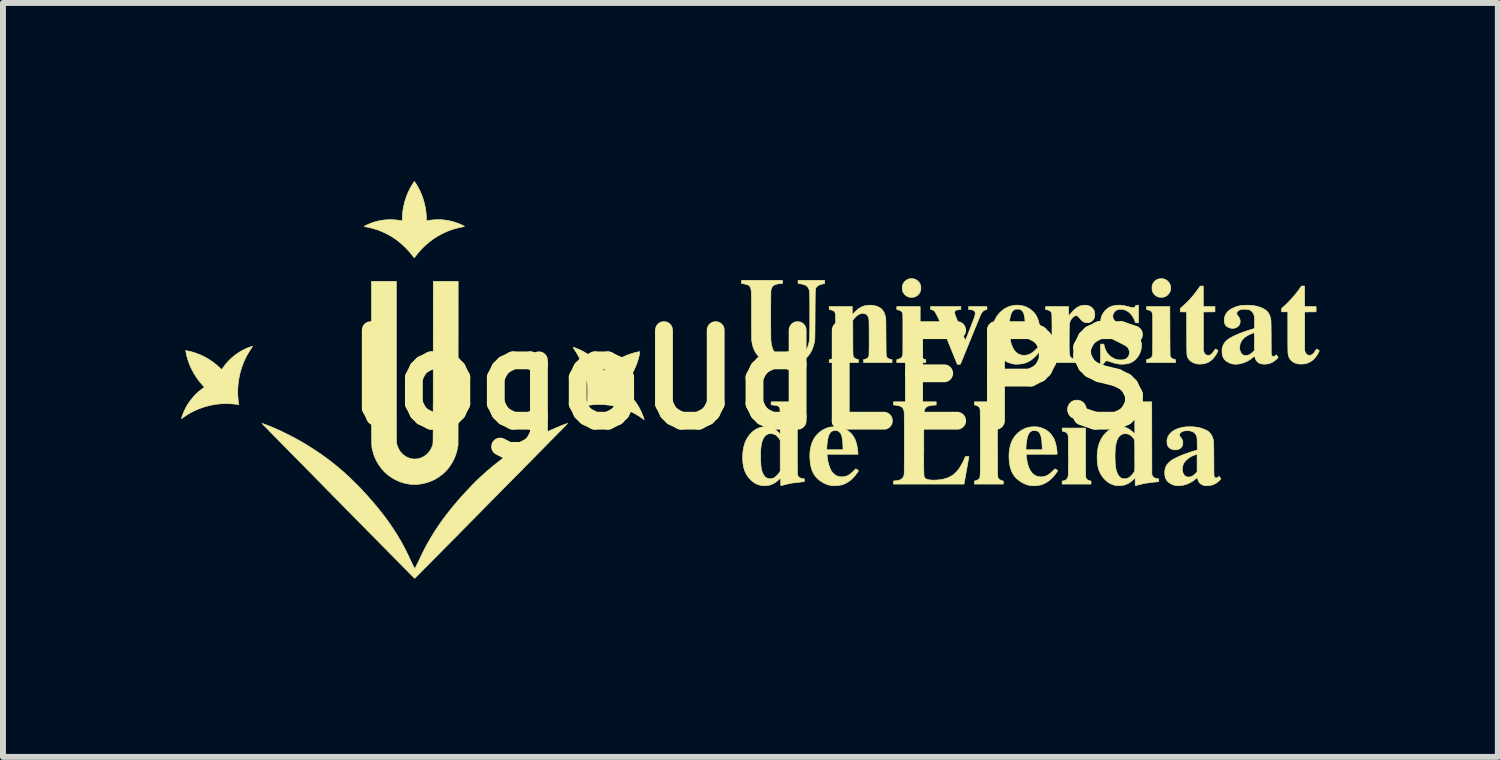
<source format=kicad_pcb>
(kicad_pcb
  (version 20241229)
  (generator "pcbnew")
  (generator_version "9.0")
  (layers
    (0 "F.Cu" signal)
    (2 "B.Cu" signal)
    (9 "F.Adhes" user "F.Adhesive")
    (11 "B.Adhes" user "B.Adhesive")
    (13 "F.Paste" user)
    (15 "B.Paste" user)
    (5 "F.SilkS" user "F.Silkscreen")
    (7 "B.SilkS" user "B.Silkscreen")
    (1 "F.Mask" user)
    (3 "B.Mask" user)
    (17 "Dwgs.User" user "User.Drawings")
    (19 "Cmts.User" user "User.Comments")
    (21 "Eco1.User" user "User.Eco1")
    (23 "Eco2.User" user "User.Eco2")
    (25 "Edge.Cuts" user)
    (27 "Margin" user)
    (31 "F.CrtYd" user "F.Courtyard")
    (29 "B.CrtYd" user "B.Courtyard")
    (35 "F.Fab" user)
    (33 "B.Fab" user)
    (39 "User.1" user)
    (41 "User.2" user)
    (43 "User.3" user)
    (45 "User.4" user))
  (footprint "logoUdLEPS"
    (layer "F.Cu")
    (at 9.577 3.342)
    (property "Reference" "logoUdLEPS" (at 0 0 0) (layer "F.SilkS") (effects (font (size 1.524 1.524) (thickness 0.3))))
    (attr through_hole)
    (fp_poly (pts (xy 5.518 0.343) (xy 5.546 0.349) (xy 5.573 0.36) (xy 5.597 0.376) (xy 5.618 0.395) (xy 5.635 0.419) (xy 5.648 0.445) (xy 5.656 0.474) (xy 5.658 0.501) (xy 5.655 0.533) (xy 5.646 0.562) (xy 5.631 0.59) (xy 5.613 0.612) (xy 5.589 0.632) (xy 5.562 0.647) (xy 5.533 0.656) (xy 5.502 0.66) (xy 5.468 0.657) (xy 5.467 0.657) (xy 5.444 0.65) (xy 5.42 0.638) (xy 5.397 0.623) (xy 5.385 0.611) (xy 5.366 0.587) (xy 5.353 0.561) (xy 5.344 0.534) (xy 5.341 0.506) (xy 5.343 0.478) (xy 5.349 0.451) (xy 5.36 0.426) (xy 5.375 0.402) (xy 5.394 0.382) (xy 5.416 0.365) (xy 5.443 0.352) (xy 5.456 0.348) (xy 5.487 0.343) (xy 5.518 0.343)) (stroke (width 0.01) (type solid)) (fill yes) (layer "F.SilkS"))
    (fp_poly (pts (xy 2.747 -1.7) (xy 2.774 -1.693) (xy 2.799 -1.68) (xy 2.822 -1.662) (xy 2.825 -1.66) (xy 2.845 -1.637) (xy 2.86 -1.614) (xy 2.869 -1.588) (xy 2.873 -1.559) (xy 2.873 -1.545) (xy 2.871 -1.512) (xy 2.862 -1.482) (xy 2.848 -1.455) (xy 2.829 -1.432) (xy 2.805 -1.413) (xy 2.785 -1.401) (xy 2.774 -1.396) (xy 2.765 -1.393) (xy 2.757 -1.391) (xy 2.747 -1.389) (xy 2.734 -1.389) (xy 2.723 -1.388) (xy 2.704 -1.388) (xy 2.691 -1.389) (xy 2.68 -1.39) (xy 2.67 -1.392) (xy 2.665 -1.394) (xy 2.639 -1.405) (xy 2.615 -1.422) (xy 2.594 -1.443) (xy 2.577 -1.467) (xy 2.568 -1.485) (xy 2.564 -1.501) (xy 2.561 -1.521) (xy 2.56 -1.535) (xy 2.56 -1.565) (xy 2.564 -1.59) (xy 2.573 -1.613) (xy 2.586 -1.635) (xy 2.603 -1.655) (xy 2.626 -1.675) (xy 2.651 -1.69) (xy 2.679 -1.699) (xy 2.71 -1.702) (xy 2.716 -1.702) (xy 2.747 -1.7)) (stroke (width 0.01) (type solid)) (fill yes) (layer "F.SilkS"))
    (fp_poly (pts (xy 6.941 -1.701) (xy 6.963 -1.698) (xy 6.965 -1.697) (xy 6.992 -1.686) (xy 7.017 -1.67) (xy 7.039 -1.649) (xy 7.056 -1.626) (xy 7.069 -1.599) (xy 7.071 -1.594) (xy 7.075 -1.575) (xy 7.077 -1.554) (xy 7.077 -1.531) (xy 7.075 -1.51) (xy 7.072 -1.498) (xy 7.061 -1.471) (xy 7.044 -1.446) (xy 7.023 -1.424) (xy 6.998 -1.406) (xy 6.988 -1.401) (xy 6.978 -1.396) (xy 6.969 -1.393) (xy 6.961 -1.391) (xy 6.951 -1.389) (xy 6.937 -1.389) (xy 6.926 -1.388) (xy 6.908 -1.388) (xy 6.895 -1.389) (xy 6.884 -1.39) (xy 6.874 -1.392) (xy 6.869 -1.394) (xy 6.842 -1.406) (xy 6.817 -1.423) (xy 6.796 -1.444) (xy 6.78 -1.469) (xy 6.772 -1.485) (xy 6.767 -1.504) (xy 6.764 -1.527) (xy 6.763 -1.551) (xy 6.765 -1.575) (xy 6.769 -1.593) (xy 6.78 -1.621) (xy 6.797 -1.646) (xy 6.819 -1.668) (xy 6.844 -1.685) (xy 6.871 -1.696) (xy 6.892 -1.7) (xy 6.917 -1.702) (xy 6.941 -1.701)) (stroke (width 0.01) (type solid)) (fill yes) (layer "F.SilkS"))
    (fp_poly (pts (xy 5.645 1.219) (xy 5.645 1.287) (xy 5.645 1.349) (xy 5.645 1.405) (xy 5.646 1.455) (xy 5.646 1.498) (xy 5.646 1.536) (xy 5.646 1.568) (xy 5.647 1.594) (xy 5.647 1.614) (xy 5.648 1.629) (xy 5.648 1.638) (xy 5.649 1.641) (xy 5.655 1.659) (xy 5.665 1.674) (xy 5.68 1.685) (xy 5.7 1.695) (xy 5.717 1.701) (xy 5.737 1.706) (xy 5.737 1.756) (xy 5.251 1.756) (xy 5.251 1.706) (xy 5.27 1.702) (xy 5.295 1.695) (xy 5.315 1.685) (xy 5.33 1.672) (xy 5.341 1.655) (xy 5.348 1.634) (xy 5.353 1.61) (xy 5.354 1.602) (xy 5.354 1.589) (xy 5.355 1.572) (xy 5.355 1.549) (xy 5.355 1.521) (xy 5.356 1.487) (xy 5.356 1.448) (xy 5.356 1.403) (xy 5.356 1.352) (xy 5.356 1.294) (xy 5.356 1.264) (xy 5.355 1.211) (xy 5.355 1.165) (xy 5.355 1.124) (xy 5.355 1.089) (xy 5.355 1.058) (xy 5.354 1.032) (xy 5.354 1.009) (xy 5.354 0.991) (xy 5.353 0.975) (xy 5.353 0.963) (xy 5.353 0.953) (xy 5.352 0.945) (xy 5.351 0.939) (xy 5.351 0.935) (xy 5.35 0.931) (xy 5.349 0.928) (xy 5.341 0.911) (xy 5.331 0.897) (xy 5.316 0.886) (xy 5.297 0.876) (xy 5.273 0.869) (xy 5.26 0.865) (xy 5.256 0.864) (xy 5.253 0.862) (xy 5.252 0.857) (xy 5.252 0.849) (xy 5.251 0.838) (xy 5.251 0.813) (xy 5.645 0.813) (xy 5.645 1.219)) (stroke (width 0.01) (type solid)) (fill yes) (layer "F.SilkS"))
    (fp_poly (pts (xy 2.861 -0.82) (xy 2.862 -0.758) (xy 2.862 -0.703) (xy 2.862 -0.653) (xy 2.862 -0.608) (xy 2.862 -0.569) (xy 2.863 -0.535) (xy 2.863 -0.505) (xy 2.863 -0.479) (xy 2.863 -0.458) (xy 2.864 -0.44) (xy 2.864 -0.426) (xy 2.865 -0.414) (xy 2.865 -0.406) (xy 2.866 -0.4) (xy 2.866 -0.396) (xy 2.867 -0.395) (xy 2.875 -0.379) (xy 2.89 -0.365) (xy 2.91 -0.354) (xy 2.927 -0.347) (xy 2.956 -0.338) (xy 2.956 -0.314) (xy 2.956 -0.289) (xy 2.467 -0.289) (xy 2.467 -0.339) (xy 2.485 -0.343) (xy 2.512 -0.351) (xy 2.533 -0.362) (xy 2.549 -0.377) (xy 2.561 -0.396) (xy 2.564 -0.405) (xy 2.565 -0.409) (xy 2.566 -0.412) (xy 2.567 -0.417) (xy 2.568 -0.423) (xy 2.568 -0.43) (xy 2.569 -0.44) (xy 2.569 -0.452) (xy 2.569 -0.466) (xy 2.569 -0.484) (xy 2.57 -0.505) (xy 2.57 -0.53) (xy 2.57 -0.56) (xy 2.57 -0.594) (xy 2.57 -0.633) (xy 2.57 -0.677) (xy 2.57 -0.727) (xy 2.57 -0.764) (xy 2.57 -0.819) (xy 2.57 -0.869) (xy 2.57 -0.913) (xy 2.57 -0.951) (xy 2.57 -0.985) (xy 2.57 -1.014) (xy 2.569 -1.038) (xy 2.569 -1.059) (xy 2.569 -1.076) (xy 2.568 -1.089) (xy 2.568 -1.1) (xy 2.567 -1.108) (xy 2.567 -1.114) (xy 2.566 -1.118) (xy 2.566 -1.118) (xy 2.557 -1.137) (xy 2.543 -1.153) (xy 2.523 -1.165) (xy 2.498 -1.175) (xy 2.485 -1.178) (xy 2.467 -1.182) (xy 2.467 -1.232) (xy 2.861 -1.232) (xy 2.861 -0.82)) (stroke (width 0.01) (type solid)) (fill yes) (layer "F.SilkS"))
    (fp_poly (pts (xy 7.065 -0.82) (xy 7.065 -0.758) (xy 7.065 -0.703) (xy 7.066 -0.653) (xy 7.066 -0.609) (xy 7.066 -0.57) (xy 7.066 -0.536) (xy 7.067 -0.506) (xy 7.067 -0.48) (xy 7.067 -0.459) (xy 7.067 -0.441) (xy 7.068 -0.427) (xy 7.068 -0.415) (xy 7.069 -0.407) (xy 7.069 -0.401) (xy 7.07 -0.397) (xy 7.07 -0.395) (xy 7.075 -0.386) (xy 7.083 -0.375) (xy 7.088 -0.369) (xy 7.096 -0.362) (xy 7.104 -0.357) (xy 7.115 -0.352) (xy 7.13 -0.347) (xy 7.13 -0.347) (xy 7.16 -0.338) (xy 7.16 -0.289) (xy 6.671 -0.289) (xy 6.671 -0.339) (xy 6.686 -0.342) (xy 6.712 -0.35) (xy 6.733 -0.36) (xy 6.749 -0.373) (xy 6.761 -0.39) (xy 6.768 -0.404) (xy 6.769 -0.407) (xy 6.77 -0.41) (xy 6.77 -0.414) (xy 6.771 -0.419) (xy 6.772 -0.426) (xy 6.772 -0.434) (xy 6.773 -0.445) (xy 6.773 -0.458) (xy 6.773 -0.474) (xy 6.774 -0.494) (xy 6.774 -0.517) (xy 6.774 -0.545) (xy 6.774 -0.577) (xy 6.774 -0.613) (xy 6.775 -0.656) (xy 6.775 -0.703) (xy 6.775 -0.752) (xy 6.775 -0.811) (xy 6.775 -0.864) (xy 6.775 -0.911) (xy 6.775 -0.952) (xy 6.775 -0.987) (xy 6.775 -1.018) (xy 6.774 -1.043) (xy 6.774 -1.064) (xy 6.774 -1.08) (xy 6.773 -1.092) (xy 6.773 -1.1) (xy 6.772 -1.103) (xy 6.766 -1.126) (xy 6.757 -1.144) (xy 6.75 -1.152) (xy 6.74 -1.159) (xy 6.725 -1.166) (xy 6.709 -1.173) (xy 6.692 -1.177) (xy 6.689 -1.178) (xy 6.671 -1.182) (xy 6.671 -1.232) (xy 7.064 -1.232) (xy 7.065 -0.82)) (stroke (width 0.01) (type solid)) (fill yes) (layer "F.SilkS"))
    (fp_poly (pts (xy 9.332 -1.406) (xy 9.333 -1.233) (xy 9.429 -1.233) (xy 9.525 -1.232) (xy 9.525 -1.143) (xy 9.429 -1.142) (xy 9.333 -1.141) (xy 9.333 -0.494) (xy 9.34 -0.471) (xy 9.35 -0.449) (xy 9.363 -0.431) (xy 9.379 -0.419) (xy 9.398 -0.412) (xy 9.418 -0.411) (xy 9.44 -0.415) (xy 9.452 -0.421) (xy 9.468 -0.432) (xy 9.485 -0.448) (xy 9.502 -0.471) (xy 9.514 -0.489) (xy 9.532 -0.517) (xy 9.555 -0.506) (xy 9.565 -0.501) (xy 9.574 -0.495) (xy 9.578 -0.492) (xy 9.578 -0.491) (xy 9.577 -0.486) (xy 9.574 -0.477) (xy 9.568 -0.464) (xy 9.56 -0.449) (xy 9.552 -0.434) (xy 9.543 -0.419) (xy 9.535 -0.407) (xy 9.508 -0.37) (xy 9.477 -0.338) (xy 9.443 -0.312) (xy 9.407 -0.291) (xy 9.369 -0.276) (xy 9.358 -0.273) (xy 9.339 -0.269) (xy 9.316 -0.266) (xy 9.291 -0.265) (xy 9.266 -0.265) (xy 9.242 -0.265) (xy 9.223 -0.268) (xy 9.221 -0.268) (xy 9.203 -0.272) (xy 9.187 -0.276) (xy 9.173 -0.282) (xy 9.156 -0.289) (xy 9.149 -0.293) (xy 9.121 -0.311) (xy 9.098 -0.332) (xy 9.08 -0.356) (xy 9.066 -0.386) (xy 9.057 -0.419) (xy 9.052 -0.45) (xy 9.051 -0.459) (xy 9.051 -0.474) (xy 9.051 -0.494) (xy 9.05 -0.52) (xy 9.05 -0.551) (xy 9.049 -0.587) (xy 9.049 -0.626) (xy 9.049 -0.67) (xy 9.049 -0.718) (xy 9.049 -0.769) (xy 9.049 -0.814) (xy 9.049 -1.143) (xy 8.944 -1.143) (xy 8.944 -1.2) (xy 8.972 -1.224) (xy 9.047 -1.295) (xy 9.116 -1.368) (xy 9.18 -1.443) (xy 9.24 -1.521) (xy 9.268 -1.561) (xy 9.279 -1.578) (xy 9.305 -1.578) (xy 9.331 -1.578) (xy 9.332 -1.406)) (stroke (width 0.01) (type solid)) (fill yes) (layer "F.SilkS"))
    (fp_poly (pts (xy 4.163 1.001) (xy 4.163 1.075) (xy 4.163 1.144) (xy 4.163 1.206) (xy 4.164 1.263) (xy 4.164 1.315) (xy 4.164 1.362) (xy 4.164 1.404) (xy 4.164 1.441) (xy 4.164 1.474) (xy 4.164 1.504) (xy 4.165 1.529) (xy 4.165 1.551) (xy 4.165 1.57) (xy 4.165 1.586) (xy 4.166 1.6) (xy 4.166 1.611) (xy 4.166 1.62) (xy 4.167 1.627) (xy 4.167 1.633) (xy 4.168 1.637) (xy 4.168 1.64) (xy 4.169 1.643) (xy 4.17 1.645) (xy 4.17 1.645) (xy 4.176 1.656) (xy 4.183 1.667) (xy 4.186 1.67) (xy 4.196 1.678) (xy 4.211 1.687) (xy 4.228 1.695) (xy 4.246 1.701) (xy 4.247 1.702) (xy 4.261 1.705) (xy 4.261 1.756) (xy 3.775 1.756) (xy 3.775 1.706) (xy 3.793 1.7) (xy 3.818 1.691) (xy 3.838 1.68) (xy 3.852 1.667) (xy 3.855 1.665) (xy 3.857 1.662) (xy 3.859 1.66) (xy 3.861 1.657) (xy 3.863 1.654) (xy 3.865 1.649) (xy 3.866 1.644) (xy 3.867 1.637) (xy 3.868 1.629) (xy 3.869 1.619) (xy 3.87 1.606) (xy 3.871 1.591) (xy 3.872 1.574) (xy 3.872 1.553) (xy 3.873 1.529) (xy 3.873 1.501) (xy 3.873 1.469) (xy 3.873 1.433) (xy 3.873 1.393) (xy 3.873 1.347) (xy 3.873 1.297) (xy 3.874 1.242) (xy 3.874 1.181) (xy 3.874 1.114) (xy 3.873 1.063) (xy 3.873 0.984) (xy 3.873 0.912) (xy 3.873 0.845) (xy 3.873 0.783) (xy 3.873 0.728) (xy 3.873 0.678) (xy 3.873 0.634) (xy 3.872 0.596) (xy 3.872 0.565) (xy 3.872 0.539) (xy 3.871 0.519) (xy 3.871 0.506) (xy 3.87 0.499) (xy 3.87 0.498) (xy 3.865 0.479) (xy 3.856 0.463) (xy 3.843 0.45) (xy 3.826 0.44) (xy 3.802 0.431) (xy 3.801 0.431) (xy 3.777 0.423) (xy 3.776 0.397) (xy 3.775 0.371) (xy 4.162 0.371) (xy 4.163 1.001)) (stroke (width 0.01) (type solid)) (fill yes) (layer "F.SilkS"))
    (fp_poly (pts (xy 7.627 -1.406) (xy 7.628 -1.233) (xy 7.726 -1.233) (xy 7.823 -1.232) (xy 7.823 -1.143) (xy 7.726 -1.142) (xy 7.628 -1.141) (xy 7.628 -0.497) (xy 7.635 -0.474) (xy 7.644 -0.451) (xy 7.656 -0.433) (xy 7.671 -0.421) (xy 7.688 -0.414) (xy 7.709 -0.411) (xy 7.726 -0.413) (xy 7.741 -0.417) (xy 7.745 -0.419) (xy 7.758 -0.428) (xy 7.774 -0.442) (xy 7.789 -0.46) (xy 7.805 -0.481) (xy 7.811 -0.491) (xy 7.818 -0.502) (xy 7.824 -0.511) (xy 7.828 -0.516) (xy 7.829 -0.518) (xy 7.832 -0.516) (xy 7.839 -0.513) (xy 7.849 -0.508) (xy 7.859 -0.503) (xy 7.867 -0.498) (xy 7.872 -0.495) (xy 7.873 -0.495) (xy 7.874 -0.492) (xy 7.873 -0.486) (xy 7.869 -0.476) (xy 7.862 -0.462) (xy 7.861 -0.459) (xy 7.836 -0.415) (xy 7.808 -0.376) (xy 7.778 -0.343) (xy 7.745 -0.316) (xy 7.709 -0.294) (xy 7.671 -0.278) (xy 7.653 -0.273) (xy 7.641 -0.27) (xy 7.624 -0.268) (xy 7.604 -0.266) (xy 7.584 -0.265) (xy 7.564 -0.264) (xy 7.547 -0.264) (xy 7.534 -0.265) (xy 7.531 -0.265) (xy 7.491 -0.275) (xy 7.456 -0.288) (xy 7.426 -0.304) (xy 7.401 -0.324) (xy 7.382 -0.347) (xy 7.372 -0.364) (xy 7.368 -0.37) (xy 7.365 -0.376) (xy 7.362 -0.381) (xy 7.36 -0.387) (xy 7.358 -0.392) (xy 7.356 -0.399) (xy 7.354 -0.407) (xy 7.353 -0.416) (xy 7.352 -0.426) (xy 7.351 -0.44) (xy 7.35 -0.455) (xy 7.35 -0.474) (xy 7.349 -0.496) (xy 7.349 -0.522) (xy 7.348 -0.552) (xy 7.348 -0.586) (xy 7.348 -0.625) (xy 7.348 -0.669) (xy 7.347 -0.719) (xy 7.347 -0.775) (xy 7.347 -0.783) (xy 7.345 -1.141) (xy 7.292 -1.142) (xy 7.239 -1.143) (xy 7.239 -1.2) (xy 7.292 -1.247) (xy 7.352 -1.303) (xy 7.41 -1.365) (xy 7.467 -1.431) (xy 7.52 -1.5) (xy 7.556 -1.551) (xy 7.574 -1.576) (xy 7.6 -1.577) (xy 7.626 -1.578) (xy 7.627 -1.406)) (stroke (width 0.01) (type solid)) (fill yes) (layer "F.SilkS"))
    (fp_poly (pts (xy -5.65 -3.334) (xy -5.644 -3.327) (xy -5.637 -3.316) (xy -5.628 -3.303) (xy -5.618 -3.288) (xy -5.608 -3.272) (xy -5.599 -3.256) (xy -5.566 -3.195) (xy -5.536 -3.129) (xy -5.51 -3.06) (xy -5.489 -2.99) (xy -5.472 -2.919) (xy -5.468 -2.896) (xy -5.463 -2.871) (xy -5.46 -2.844) (xy -5.456 -2.817) (xy -5.454 -2.792) (xy -5.452 -2.769) (xy -5.451 -2.751) (xy -5.451 -2.75) (xy -5.451 -2.734) (xy -5.45 -2.716) (xy -5.449 -2.7) (xy -5.447 -2.674) (xy -5.427 -2.679) (xy -5.391 -2.685) (xy -5.35 -2.69) (xy -5.307 -2.693) (xy -5.263 -2.695) (xy -5.221 -2.695) (xy -5.182 -2.693) (xy -5.109 -2.684) (xy -5.038 -2.67) (xy -4.969 -2.651) (xy -4.902 -2.627) (xy -4.839 -2.599) (xy -4.839 -2.599) (xy -4.824 -2.591) (xy -4.814 -2.586) (xy -4.811 -2.582) (xy -4.813 -2.579) (xy -4.82 -2.577) (xy -4.833 -2.574) (xy -4.837 -2.574) (xy -4.924 -2.555) (xy -5.009 -2.531) (xy -5.092 -2.501) (xy -5.172 -2.465) (xy -5.249 -2.424) (xy -5.323 -2.377) (xy -5.394 -2.325) (xy -5.462 -2.268) (xy -5.525 -2.207) (xy -5.585 -2.14) (xy -5.625 -2.09) (xy -5.635 -2.077) (xy -5.644 -2.066) (xy -5.65 -2.059) (xy -5.654 -2.055) (xy -5.655 -2.054) (xy -5.658 -2.057) (xy -5.663 -2.063) (xy -5.671 -2.072) (xy -5.676 -2.079) (xy -5.724 -2.14) (xy -5.778 -2.199) (xy -5.834 -2.255) (xy -5.893 -2.308) (xy -5.953 -2.355) (xy -5.966 -2.364) (xy -6.038 -2.412) (xy -6.114 -2.454) (xy -6.192 -2.491) (xy -6.273 -2.523) (xy -6.355 -2.548) (xy -6.438 -2.568) (xy -6.477 -2.575) (xy -6.488 -2.577) (xy -6.495 -2.579) (xy -6.496 -2.582) (xy -6.492 -2.585) (xy -6.483 -2.591) (xy -6.471 -2.597) (xy -6.405 -2.627) (xy -6.336 -2.652) (xy -6.266 -2.671) (xy -6.193 -2.685) (xy -6.119 -2.693) (xy -6.045 -2.695) (xy -5.971 -2.691) (xy -5.902 -2.683) (xy -5.887 -2.68) (xy -5.874 -2.678) (xy -5.864 -2.676) (xy -5.86 -2.675) (xy -5.859 -2.675) (xy -5.858 -2.678) (xy -5.857 -2.687) (xy -5.856 -2.701) (xy -5.855 -2.72) (xy -5.854 -2.737) (xy -5.853 -2.758) (xy -5.852 -2.78) (xy -5.851 -2.8) (xy -5.85 -2.817) (xy -5.849 -2.827) (xy -5.835 -2.912) (xy -5.815 -2.994) (xy -5.79 -3.075) (xy -5.759 -3.152) (xy -5.722 -3.227) (xy -5.702 -3.263) (xy -5.692 -3.279) (xy -5.682 -3.296) (xy -5.672 -3.31) (xy -5.664 -3.322) (xy -5.657 -3.331) (xy -5.653 -3.336) (xy -5.652 -3.337) (xy -5.65 -3.334)) (stroke (width 0.01) (type solid)) (fill yes) (layer "F.SilkS"))
    (fp_poly (pts (xy -8.378 -0.561) (xy -8.382 -0.553) (xy -8.389 -0.542) (xy -8.398 -0.529) (xy -8.408 -0.512) (xy -8.412 -0.507) (xy -8.456 -0.436) (xy -8.495 -0.364) (xy -8.528 -0.29) (xy -8.556 -0.215) (xy -8.58 -0.136) (xy -8.589 -0.103) (xy -8.604 -0.03) (xy -8.616 0.045) (xy -8.623 0.121) (xy -8.626 0.196) (xy -8.624 0.268) (xy -8.624 0.27) (xy -8.622 0.294) (xy -8.62 0.318) (xy -8.618 0.342) (xy -8.616 0.364) (xy -8.614 0.384) (xy -8.611 0.4) (xy -8.609 0.411) (xy -8.609 0.414) (xy -8.608 0.418) (xy -8.611 0.419) (xy -8.618 0.418) (xy -8.618 0.418) (xy -8.636 0.415) (xy -8.66 0.412) (xy -8.686 0.409) (xy -8.715 0.406) (xy -8.745 0.404) (xy -8.764 0.403) (xy -8.846 0.401) (xy -8.929 0.406) (xy -9.012 0.416) (xy -9.095 0.432) (xy -9.177 0.454) (xy -9.257 0.481) (xy -9.335 0.513) (xy -9.41 0.55) (xy -9.415 0.553) (xy -9.431 0.562) (xy -9.452 0.575) (xy -9.475 0.589) (xy -9.499 0.605) (xy -9.524 0.621) (xy -9.547 0.637) (xy -9.567 0.651) (xy -9.571 0.653) (xy -9.572 0.652) (xy -9.571 0.646) (xy -9.571 0.644) (xy -9.566 0.627) (xy -9.559 0.605) (xy -9.549 0.58) (xy -9.538 0.553) (xy -9.526 0.525) (xy -9.512 0.497) (xy -9.499 0.469) (xy -9.485 0.444) (xy -9.473 0.424) (xy -9.431 0.36) (xy -9.383 0.3) (xy -9.332 0.244) (xy -9.278 0.194) (xy -9.22 0.149) (xy -9.218 0.148) (xy -9.185 0.124) (xy -9.216 0.092) (xy -9.27 0.029) (xy -9.319 -0.037) (xy -9.363 -0.107) (xy -9.402 -0.179) (xy -9.436 -0.255) (xy -9.464 -0.333) (xy -9.486 -0.413) (xy -9.497 -0.468) (xy -9.502 -0.492) (xy -9.491 -0.49) (xy -9.414 -0.474) (xy -9.338 -0.451) (xy -9.263 -0.423) (xy -9.191 -0.389) (xy -9.121 -0.35) (xy -9.053 -0.305) (xy -8.989 -0.256) (xy -8.931 -0.204) (xy -8.919 -0.192) (xy -8.908 -0.183) (xy -8.899 -0.176) (xy -8.894 -0.173) (xy -8.893 -0.173) (xy -8.891 -0.177) (xy -8.885 -0.185) (xy -8.878 -0.195) (xy -8.874 -0.201) (xy -8.851 -0.233) (xy -8.824 -0.268) (xy -8.793 -0.302) (xy -8.761 -0.336) (xy -8.728 -0.367) (xy -8.696 -0.395) (xy -8.691 -0.399) (xy -8.642 -0.436) (xy -8.59 -0.47) (xy -8.536 -0.5) (xy -8.483 -0.525) (xy -8.479 -0.527) (xy -8.463 -0.534) (xy -8.446 -0.541) (xy -8.429 -0.547) (xy -8.412 -0.553) (xy -8.398 -0.558) (xy -8.386 -0.562) (xy -8.379 -0.564) (xy -8.376 -0.564) (xy -8.378 -0.561)) (stroke (width 0.01) (type solid)) (fill yes) (layer "F.SilkS"))
    (fp_poly (pts (xy -2.976 -0.545) (xy -2.968 -0.543) (xy -2.955 -0.539) (xy -2.94 -0.534) (xy -2.923 -0.527) (xy -2.905 -0.52) (xy -2.887 -0.513) (xy -2.875 -0.508) (xy -2.834 -0.489) (xy -2.79 -0.465) (xy -2.746 -0.438) (xy -2.703 -0.409) (xy -2.667 -0.382) (xy -2.637 -0.357) (xy -2.606 -0.327) (xy -2.574 -0.294) (xy -2.543 -0.26) (xy -2.515 -0.226) (xy -2.49 -0.192) (xy -2.478 -0.176) (xy -2.463 -0.153) (xy -2.428 -0.186) (xy -2.365 -0.242) (xy -2.299 -0.292) (xy -2.231 -0.336) (xy -2.16 -0.375) (xy -2.085 -0.409) (xy -2.027 -0.431) (xy -2.007 -0.437) (xy -1.985 -0.444) (xy -1.962 -0.451) (xy -1.94 -0.457) (xy -1.918 -0.462) (xy -1.899 -0.466) (xy -1.882 -0.47) (xy -1.869 -0.472) (xy -1.861 -0.473) (xy -1.858 -0.472) (xy -1.858 -0.467) (xy -1.859 -0.458) (xy -1.861 -0.444) (xy -1.865 -0.426) (xy -1.869 -0.405) (xy -1.875 -0.383) (xy -1.881 -0.36) (xy -1.888 -0.336) (xy -1.894 -0.314) (xy -1.901 -0.292) (xy -1.902 -0.291) (xy -1.93 -0.218) (xy -1.963 -0.146) (xy -2.001 -0.077) (xy -2.044 -0.011) (xy -2.091 0.051) (xy -2.134 0.101) (xy -2.145 0.112) (xy -2.154 0.122) (xy -2.162 0.13) (xy -2.165 0.134) (xy -2.172 0.142) (xy -2.139 0.165) (xy -2.079 0.212) (xy -2.024 0.263) (xy -1.972 0.319) (xy -1.926 0.379) (xy -1.884 0.443) (xy -1.847 0.51) (xy -1.816 0.581) (xy -1.797 0.632) (xy -1.792 0.646) (xy -1.788 0.657) (xy -1.785 0.666) (xy -1.784 0.669) (xy -1.784 0.669) (xy -1.786 0.67) (xy -1.791 0.668) (xy -1.799 0.662) (xy -1.812 0.653) (xy -1.815 0.651) (xy -1.884 0.604) (xy -1.957 0.562) (xy -2.033 0.525) (xy -2.112 0.493) (xy -2.193 0.467) (xy -2.276 0.445) (xy -2.36 0.43) (xy -2.445 0.42) (xy -2.53 0.416) (xy -2.614 0.418) (xy -2.624 0.419) (xy -2.643 0.421) (xy -2.664 0.423) (xy -2.685 0.425) (xy -2.705 0.427) (xy -2.722 0.429) (xy -2.736 0.432) (xy -2.746 0.433) (xy -2.748 0.434) (xy -2.752 0.434) (xy -2.752 0.431) (xy -2.752 0.428) (xy -2.751 0.423) (xy -2.749 0.412) (xy -2.747 0.397) (xy -2.745 0.38) (xy -2.743 0.364) (xy -2.74 0.332) (xy -2.737 0.295) (xy -2.736 0.256) (xy -2.736 0.216) (xy -2.736 0.176) (xy -2.737 0.138) (xy -2.739 0.103) (xy -2.741 0.084) (xy -2.754 -0.007) (xy -2.773 -0.095) (xy -2.797 -0.18) (xy -2.826 -0.263) (xy -2.861 -0.342) (xy -2.903 -0.42) (xy -2.95 -0.496) (xy -2.95 -0.497) (xy -2.96 -0.512) (xy -2.969 -0.525) (xy -2.975 -0.536) (xy -2.979 -0.543) (xy -2.98 -0.545) (xy -2.976 -0.545)) (stroke (width 0.01) (type solid)) (fill yes) (layer "F.SilkS"))
    (fp_poly (pts (xy 5.666 -1.253) (xy 5.697 -1.245) (xy 5.725 -1.233) (xy 5.749 -1.217) (xy 5.769 -1.197) (xy 5.785 -1.173) (xy 5.792 -1.156) (xy 5.796 -1.138) (xy 5.799 -1.117) (xy 5.8 -1.094) (xy 5.799 -1.074) (xy 5.798 -1.065) (xy 5.79 -1.038) (xy 5.777 -1.014) (xy 5.76 -0.994) (xy 5.739 -0.978) (xy 5.716 -0.966) (xy 5.691 -0.96) (xy 5.664 -0.96) (xy 5.642 -0.963) (xy 5.617 -0.972) (xy 5.594 -0.986) (xy 5.573 -1.005) (xy 5.568 -1.011) (xy 5.556 -1.024) (xy 5.543 -1.039) (xy 5.529 -1.053) (xy 5.526 -1.056) (xy 5.515 -1.067) (xy 5.508 -1.074) (xy 5.502 -1.077) (xy 5.497 -1.079) (xy 5.49 -1.079) (xy 5.49 -1.079) (xy 5.474 -1.077) (xy 5.457 -1.069) (xy 5.44 -1.057) (xy 5.423 -1.041) (xy 5.408 -1.023) (xy 5.395 -1.004) (xy 5.393 -0.999) (xy 5.389 -0.99) (xy 5.385 -0.983) (xy 5.382 -0.975) (xy 5.38 -0.967) (xy 5.378 -0.959) (xy 5.376 -0.949) (xy 5.374 -0.937) (xy 5.373 -0.923) (xy 5.372 -0.907) (xy 5.372 -0.887) (xy 5.371 -0.864) (xy 5.371 -0.836) (xy 5.37 -0.803) (xy 5.37 -0.765) (xy 5.37 -0.721) (xy 5.37 -0.718) (xy 5.37 -0.666) (xy 5.369 -0.621) (xy 5.369 -0.58) (xy 5.37 -0.545) (xy 5.37 -0.515) (xy 5.371 -0.488) (xy 5.372 -0.466) (xy 5.374 -0.447) (xy 5.376 -0.431) (xy 5.378 -0.418) (xy 5.381 -0.407) (xy 5.384 -0.398) (xy 5.387 -0.391) (xy 5.392 -0.384) (xy 5.395 -0.379) (xy 5.408 -0.368) (xy 5.427 -0.358) (xy 5.451 -0.35) (xy 5.48 -0.344) (xy 5.5 -0.341) (xy 5.518 -0.339) (xy 5.518 -0.289) (xy 4.972 -0.289) (xy 4.972 -0.338) (xy 5.001 -0.345) (xy 5.019 -0.35) (xy 5.034 -0.356) (xy 5.043 -0.361) (xy 5.057 -0.374) (xy 5.067 -0.392) (xy 5.074 -0.416) (xy 5.077 -0.433) (xy 5.077 -0.442) (xy 5.078 -0.455) (xy 5.078 -0.474) (xy 5.079 -0.498) (xy 5.079 -0.526) (xy 5.079 -0.557) (xy 5.08 -0.591) (xy 5.08 -0.627) (xy 5.08 -0.666) (xy 5.08 -0.706) (xy 5.08 -0.746) (xy 5.08 -0.787) (xy 5.08 -0.828) (xy 5.08 -0.868) (xy 5.08 -0.907) (xy 5.08 -0.944) (xy 5.079 -0.978) (xy 5.079 -1.01) (xy 5.079 -1.038) (xy 5.078 -1.062) (xy 5.078 -1.081) (xy 5.077 -1.096) (xy 5.077 -1.105) (xy 5.077 -1.107) (xy 5.071 -1.129) (xy 5.061 -1.145) (xy 5.047 -1.158) (xy 5.035 -1.165) (xy 5.021 -1.171) (xy 5.005 -1.176) (xy 4.994 -1.178) (xy 4.972 -1.182) (xy 4.972 -1.232) (xy 5.359 -1.232) (xy 5.36 -1.154) (xy 5.361 -1.076) (xy 5.396 -1.116) (xy 5.427 -1.151) (xy 5.457 -1.18) (xy 5.485 -1.204) (xy 5.513 -1.223) (xy 5.541 -1.237) (xy 5.569 -1.247) (xy 5.599 -1.253) (xy 5.63 -1.255) (xy 5.632 -1.255) (xy 5.666 -1.253)) (stroke (width 0.01) (type solid)) (fill yes) (layer "F.SilkS"))
    (fp_poly (pts (xy 1.429 0.792) (xy 1.451 0.792) (xy 1.469 0.793) (xy 1.482 0.793) (xy 1.493 0.794) (xy 1.503 0.796) (xy 1.512 0.798) (xy 1.523 0.801) (xy 1.526 0.801) (xy 1.57 0.817) (xy 1.612 0.837) (xy 1.651 0.862) (xy 1.686 0.891) (xy 1.717 0.924) (xy 1.724 0.934) (xy 1.743 0.963) (xy 1.76 0.994) (xy 1.775 1.028) (xy 1.787 1.066) (xy 1.797 1.109) (xy 1.805 1.155) (xy 1.812 1.208) (xy 1.814 1.233) (xy 1.816 1.254) (xy 1.294 1.254) (xy 1.295 1.268) (xy 1.3 1.323) (xy 1.309 1.376) (xy 1.322 1.425) (xy 1.337 1.471) (xy 1.354 1.512) (xy 1.361 1.526) (xy 1.374 1.546) (xy 1.39 1.565) (xy 1.409 1.584) (xy 1.429 1.6) (xy 1.448 1.612) (xy 1.451 1.614) (xy 1.485 1.627) (xy 1.52 1.633) (xy 1.557 1.634) (xy 1.593 1.629) (xy 1.628 1.618) (xy 1.643 1.611) (xy 1.663 1.6) (xy 1.684 1.586) (xy 1.706 1.568) (xy 1.73 1.546) (xy 1.743 1.533) (xy 1.778 1.498) (xy 1.8 1.513) (xy 1.81 1.52) (xy 1.818 1.526) (xy 1.822 1.529) (xy 1.822 1.53) (xy 1.821 1.534) (xy 1.816 1.542) (xy 1.81 1.552) (xy 1.804 1.561) (xy 1.768 1.609) (xy 1.731 1.651) (xy 1.692 1.688) (xy 1.652 1.718) (xy 1.609 1.743) (xy 1.569 1.76) (xy 1.54 1.769) (xy 1.507 1.776) (xy 1.471 1.78) (xy 1.435 1.783) (xy 1.401 1.784) (xy 1.37 1.781) (xy 1.367 1.781) (xy 1.322 1.772) (xy 1.276 1.756) (xy 1.231 1.735) (xy 1.188 1.708) (xy 1.174 1.698) (xy 1.139 1.669) (xy 1.108 1.638) (xy 1.082 1.604) (xy 1.06 1.566) (xy 1.041 1.525) (xy 1.027 1.479) (xy 1.016 1.43) (xy 1.009 1.375) (xy 1.005 1.318) (xy 1.004 1.258) (xy 1.008 1.2) (xy 1.012 1.178) (xy 1.288 1.178) (xy 1.563 1.178) (xy 1.561 1.118) (xy 1.559 1.069) (xy 1.555 1.025) (xy 1.549 0.986) (xy 1.543 0.953) (xy 1.534 0.926) (xy 1.531 0.917) (xy 1.521 0.9) (xy 1.507 0.884) (xy 1.491 0.871) (xy 1.479 0.863) (xy 1.469 0.86) (xy 1.46 0.857) (xy 1.449 0.856) (xy 1.434 0.856) (xy 1.43 0.856) (xy 1.411 0.856) (xy 1.397 0.859) (xy 1.384 0.863) (xy 1.37 0.871) (xy 1.361 0.878) (xy 1.347 0.892) (xy 1.334 0.912) (xy 1.322 0.938) (xy 1.312 0.971) (xy 1.304 1.008) (xy 1.298 1.052) (xy 1.293 1.1) (xy 1.29 1.136) (xy 1.288 1.178) (xy 1.012 1.178) (xy 1.017 1.144) (xy 1.03 1.092) (xy 1.048 1.044) (xy 1.069 0.999) (xy 1.095 0.96) (xy 1.095 0.959) (xy 1.125 0.923) (xy 1.159 0.89) (xy 1.196 0.861) (xy 1.235 0.837) (xy 1.275 0.819) (xy 1.282 0.816) (xy 1.304 0.808) (xy 1.323 0.802) (xy 1.341 0.798) (xy 1.358 0.795) (xy 1.377 0.794) (xy 1.399 0.793) (xy 1.425 0.792) (xy 1.429 0.792)) (stroke (width 0.01) (type solid)) (fill yes) (layer "F.SilkS"))
    (fp_poly (pts (xy 4.821 0.792) (xy 4.845 0.795) (xy 4.868 0.799) (xy 4.892 0.806) (xy 4.898 0.808) (xy 4.944 0.826) (xy 4.986 0.85) (xy 5.024 0.878) (xy 5.057 0.91) (xy 5.086 0.948) (xy 5.111 0.989) (xy 5.112 0.99) (xy 5.122 1.014) (xy 5.132 1.043) (xy 5.142 1.076) (xy 5.15 1.11) (xy 5.157 1.146) (xy 5.162 1.18) (xy 5.165 1.212) (xy 5.166 1.234) (xy 5.166 1.254) (xy 4.645 1.254) (xy 4.647 1.271) (xy 4.652 1.316) (xy 4.658 1.356) (xy 4.665 1.392) (xy 4.673 1.425) (xy 4.683 1.457) (xy 4.689 1.473) (xy 4.706 1.511) (xy 4.727 1.545) (xy 4.75 1.574) (xy 4.777 1.597) (xy 4.806 1.615) (xy 4.837 1.627) (xy 4.852 1.63) (xy 4.889 1.635) (xy 4.925 1.633) (xy 4.96 1.625) (xy 4.991 1.613) (xy 5.006 1.605) (xy 5.02 1.597) (xy 5.033 1.588) (xy 5.047 1.578) (xy 5.062 1.564) (xy 5.08 1.547) (xy 5.09 1.538) (xy 5.129 1.499) (xy 5.151 1.511) (xy 5.161 1.518) (xy 5.169 1.523) (xy 5.173 1.527) (xy 5.174 1.527) (xy 5.173 1.532) (xy 5.169 1.541) (xy 5.162 1.553) (xy 5.152 1.568) (xy 5.14 1.584) (xy 5.126 1.602) (xy 5.112 1.62) (xy 5.096 1.637) (xy 5.081 1.653) (xy 5.075 1.659) (xy 5.036 1.695) (xy 4.995 1.724) (xy 4.952 1.747) (xy 4.907 1.765) (xy 4.889 1.77) (xy 4.847 1.778) (xy 4.803 1.783) (xy 4.759 1.784) (xy 4.718 1.78) (xy 4.712 1.78) (xy 4.666 1.769) (xy 4.621 1.753) (xy 4.576 1.73) (xy 4.533 1.702) (xy 4.491 1.669) (xy 4.487 1.665) (xy 4.456 1.633) (xy 4.43 1.597) (xy 4.407 1.555) (xy 4.389 1.509) (xy 4.374 1.459) (xy 4.37 1.44) (xy 4.362 1.386) (xy 4.357 1.331) (xy 4.356 1.275) (xy 4.359 1.221) (xy 4.364 1.178) (xy 4.642 1.178) (xy 4.916 1.178) (xy 4.914 1.12) (xy 4.911 1.071) (xy 4.908 1.028) (xy 4.902 0.99) (xy 4.896 0.958) (xy 4.888 0.931) (xy 4.878 0.909) (xy 4.867 0.891) (xy 4.859 0.882) (xy 4.845 0.87) (xy 4.829 0.862) (xy 4.812 0.858) (xy 4.791 0.856) (xy 4.783 0.856) (xy 4.767 0.856) (xy 4.756 0.857) (xy 4.747 0.859) (xy 4.739 0.862) (xy 4.736 0.864) (xy 4.715 0.877) (xy 4.698 0.895) (xy 4.684 0.918) (xy 4.672 0.946) (xy 4.666 0.966) (xy 4.66 0.992) (xy 4.654 1.023) (xy 4.65 1.056) (xy 4.646 1.09) (xy 4.643 1.122) (xy 4.642 1.151) (xy 4.642 1.156) (xy 4.642 1.178) (xy 4.364 1.178) (xy 4.366 1.168) (xy 4.376 1.117) (xy 4.39 1.07) (xy 4.407 1.028) (xy 4.407 1.027) (xy 4.431 0.985) (xy 4.459 0.945) (xy 4.492 0.909) (xy 4.528 0.877) (xy 4.568 0.849) (xy 4.61 0.826) (xy 4.639 0.815) (xy 4.664 0.806) (xy 4.688 0.8) (xy 4.711 0.796) (xy 4.736 0.793) (xy 4.763 0.792) (xy 4.794 0.791) (xy 4.821 0.792)) (stroke (width 0.01) (type solid)) (fill yes) (layer "F.SilkS"))
    (fp_poly (pts (xy 3.131 0.425) (xy 3.1 0.427) (xy 3.062 0.43) (xy 3.03 0.435) (xy 3.003 0.442) (xy 2.981 0.451) (xy 2.964 0.462) (xy 2.951 0.475) (xy 2.941 0.49) (xy 2.94 0.492) (xy 2.938 0.497) (xy 2.936 0.502) (xy 2.934 0.506) (xy 2.933 0.511) (xy 2.931 0.516) (xy 2.93 0.522) (xy 2.929 0.528) (xy 2.928 0.536) (xy 2.927 0.546) (xy 2.926 0.558) (xy 2.925 0.571) (xy 2.925 0.588) (xy 2.924 0.607) (xy 2.924 0.629) (xy 2.923 0.655) (xy 2.923 0.685) (xy 2.923 0.718) (xy 2.923 0.756) (xy 2.922 0.799) (xy 2.922 0.846) (xy 2.922 0.899) (xy 2.922 0.957) (xy 2.922 1.021) (xy 2.922 1.07) (xy 2.922 1.14) (xy 2.922 1.203) (xy 2.921 1.261) (xy 2.921 1.313) (xy 2.921 1.36) (xy 2.921 1.402) (xy 2.921 1.439) (xy 2.922 1.472) (xy 2.922 1.501) (xy 2.922 1.526) (xy 2.923 1.548) (xy 2.923 1.567) (xy 2.924 1.583) (xy 2.924 1.596) (xy 2.925 1.607) (xy 2.926 1.616) (xy 2.927 1.623) (xy 2.929 1.629) (xy 2.93 1.634) (xy 2.932 1.638) (xy 2.934 1.641) (xy 2.936 1.644) (xy 2.938 1.647) (xy 2.939 1.649) (xy 2.95 1.661) (xy 2.965 1.671) (xy 2.984 1.678) (xy 3.008 1.683) (xy 3.037 1.687) (xy 3.072 1.689) (xy 3.094 1.689) (xy 3.153 1.687) (xy 3.207 1.681) (xy 3.258 1.671) (xy 3.305 1.657) (xy 3.35 1.639) (xy 3.356 1.635) (xy 3.391 1.617) (xy 3.422 1.596) (xy 3.45 1.572) (xy 3.477 1.544) (xy 3.504 1.512) (xy 3.528 1.478) (xy 3.54 1.458) (xy 3.554 1.434) (xy 3.569 1.407) (xy 3.583 1.38) (xy 3.596 1.352) (xy 3.607 1.327) (xy 3.612 1.315) (xy 3.621 1.292) (xy 3.652 1.292) (xy 3.682 1.292) (xy 3.678 1.314) (xy 3.677 1.32) (xy 3.675 1.333) (xy 3.672 1.35) (xy 3.668 1.372) (xy 3.663 1.398) (xy 3.658 1.428) (xy 3.652 1.46) (xy 3.646 1.494) (xy 3.639 1.53) (xy 3.637 1.545) (xy 3.599 1.756) (xy 2.413 1.756) (xy 2.413 1.703) (xy 2.444 1.701) (xy 2.48 1.697) (xy 2.51 1.689) (xy 2.536 1.678) (xy 2.557 1.663) (xy 2.573 1.645) (xy 2.584 1.622) (xy 2.59 1.601) (xy 2.591 1.596) (xy 2.591 1.588) (xy 2.592 1.575) (xy 2.592 1.557) (xy 2.593 1.535) (xy 2.593 1.508) (xy 2.593 1.476) (xy 2.593 1.439) (xy 2.594 1.396) (xy 2.594 1.348) (xy 2.594 1.295) (xy 2.594 1.235) (xy 2.594 1.17) (xy 2.594 1.099) (xy 2.594 1.063) (xy 2.594 0.994) (xy 2.594 0.932) (xy 2.594 0.875) (xy 2.594 0.824) (xy 2.594 0.778) (xy 2.594 0.737) (xy 2.594 0.701) (xy 2.593 0.669) (xy 2.593 0.641) (xy 2.593 0.617) (xy 2.593 0.596) (xy 2.592 0.579) (xy 2.592 0.565) (xy 2.592 0.553) (xy 2.591 0.543) (xy 2.591 0.536) (xy 2.59 0.53) (xy 2.59 0.526) (xy 2.589 0.523) (xy 2.581 0.499) (xy 2.57 0.479) (xy 2.555 0.463) (xy 2.536 0.45) (xy 2.512 0.44) (xy 2.484 0.433) (xy 2.45 0.428) (xy 2.439 0.427) (xy 2.413 0.425) (xy 2.413 0.371) (xy 3.131 0.371) (xy 3.131 0.425)) (stroke (width 0.01) (type solid)) (fill yes) (layer "F.SilkS"))
    (fp_poly (pts (xy 3.546 -1.181) (xy 3.532 -1.181) (xy 3.52 -1.18) (xy 3.504 -1.178) (xy 3.488 -1.175) (xy 3.474 -1.172) (xy 3.463 -1.168) (xy 3.461 -1.167) (xy 3.449 -1.158) (xy 3.442 -1.144) (xy 3.44 -1.128) (xy 3.443 -1.111) (xy 3.445 -1.105) (xy 3.449 -1.094) (xy 3.455 -1.078) (xy 3.463 -1.057) (xy 3.472 -1.033) (xy 3.483 -1.006) (xy 3.494 -0.976) (xy 3.507 -0.943) (xy 3.52 -0.909) (xy 3.53 -0.884) (xy 3.546 -0.843) (xy 3.56 -0.808) (xy 3.572 -0.777) (xy 3.582 -0.752) (xy 3.591 -0.731) (xy 3.598 -0.714) (xy 3.604 -0.7) (xy 3.608 -0.69) (xy 3.612 -0.683) (xy 3.615 -0.678) (xy 3.617 -0.675) (xy 3.619 -0.674) (xy 3.619 -0.674) (xy 3.626 -0.675) (xy 3.628 -0.678) (xy 3.631 -0.684) (xy 3.635 -0.694) (xy 3.641 -0.709) (xy 3.649 -0.728) (xy 3.658 -0.75) (xy 3.668 -0.776) (xy 3.678 -0.803) (xy 3.69 -0.831) (xy 3.701 -0.861) (xy 3.713 -0.89) (xy 3.724 -0.92) (xy 3.735 -0.948) (xy 3.745 -0.974) (xy 3.754 -0.998) (xy 3.762 -1.019) (xy 3.769 -1.036) (xy 3.773 -1.049) (xy 3.776 -1.056) (xy 3.776 -1.057) (xy 3.782 -1.08) (xy 3.786 -1.101) (xy 3.787 -1.12) (xy 3.786 -1.136) (xy 3.785 -1.141) (xy 3.777 -1.154) (xy 3.765 -1.165) (xy 3.747 -1.172) (xy 3.724 -1.178) (xy 3.703 -1.18) (xy 3.677 -1.182) (xy 3.677 -1.232) (xy 3.985 -1.232) (xy 3.985 -1.182) (xy 3.972 -1.18) (xy 3.949 -1.173) (xy 3.927 -1.16) (xy 3.908 -1.141) (xy 3.891 -1.116) (xy 3.885 -1.106) (xy 3.883 -1.1) (xy 3.877 -1.088) (xy 3.87 -1.071) (xy 3.861 -1.049) (xy 3.85 -1.023) (xy 3.837 -0.993) (xy 3.823 -0.959) (xy 3.808 -0.922) (xy 3.791 -0.882) (xy 3.774 -0.839) (xy 3.756 -0.794) (xy 3.736 -0.747) (xy 3.717 -0.699) (xy 3.707 -0.675) (xy 3.687 -0.627) (xy 3.668 -0.58) (xy 3.65 -0.535) (xy 3.633 -0.493) (xy 3.616 -0.453) (xy 3.601 -0.416) (xy 3.588 -0.382) (xy 3.575 -0.352) (xy 3.565 -0.326) (xy 3.556 -0.304) (xy 3.548 -0.287) (xy 3.543 -0.275) (xy 3.541 -0.268) (xy 3.54 -0.266) (xy 3.537 -0.263) (xy 3.533 -0.261) (xy 3.525 -0.261) (xy 3.512 -0.26) (xy 3.511 -0.26) (xy 3.499 -0.26) (xy 3.491 -0.261) (xy 3.486 -0.263) (xy 3.484 -0.266) (xy 3.483 -0.267) (xy 3.479 -0.278) (xy 3.473 -0.293) (xy 3.465 -0.314) (xy 3.455 -0.338) (xy 3.443 -0.366) (xy 3.431 -0.397) (xy 3.417 -0.431) (xy 3.402 -0.467) (xy 3.387 -0.505) (xy 3.371 -0.543) (xy 3.355 -0.583) (xy 3.339 -0.623) (xy 3.323 -0.663) (xy 3.307 -0.702) (xy 3.291 -0.74) (xy 3.277 -0.776) (xy 3.263 -0.81) (xy 3.25 -0.841) (xy 3.238 -0.869) (xy 3.228 -0.894) (xy 3.22 -0.915) (xy 3.213 -0.931) (xy 3.209 -0.941) (xy 3.207 -0.946) (xy 3.186 -0.994) (xy 3.167 -1.036) (xy 3.149 -1.072) (xy 3.134 -1.102) (xy 3.12 -1.127) (xy 3.108 -1.146) (xy 3.097 -1.158) (xy 3.095 -1.161) (xy 3.083 -1.169) (xy 3.068 -1.175) (xy 3.053 -1.18) (xy 3.043 -1.181) (xy 3.039 -1.181) (xy 3.037 -1.183) (xy 3.036 -1.188) (xy 3.035 -1.197) (xy 3.035 -1.206) (xy 3.035 -1.232) (xy 3.546 -1.232) (xy 3.546 -1.181)) (stroke (width 0.01) (type solid)) (fill yes) (layer "F.SilkS"))
    (fp_poly (pts (xy -5.956 -1.657) (xy -5.956 -0.317) (xy -5.956 -0.19) (xy -5.956 -0.07) (xy -5.956 0.043) (xy -5.956 0.151) (xy -5.956 0.252) (xy -5.956 0.347) (xy -5.956 0.436) (xy -5.956 0.519) (xy -5.956 0.596) (xy -5.956 0.666) (xy -5.955 0.731) (xy -5.955 0.789) (xy -5.955 0.842) (xy -5.955 0.888) (xy -5.955 0.929) (xy -5.954 0.964) (xy -5.954 0.993) (xy -5.954 1.016) (xy -5.954 1.033) (xy -5.953 1.045) (xy -5.953 1.051) (xy -5.953 1.051) (xy -5.945 1.095) (xy -5.93 1.137) (xy -5.911 1.176) (xy -5.887 1.212) (xy -5.858 1.245) (xy -5.826 1.273) (xy -5.789 1.297) (xy -5.753 1.314) (xy -5.712 1.327) (xy -5.67 1.334) (xy -5.628 1.334) (xy -5.587 1.329) (xy -5.546 1.317) (xy -5.507 1.3) (xy -5.48 1.284) (xy -5.444 1.257) (xy -5.413 1.225) (xy -5.386 1.188) (xy -5.364 1.148) (xy -5.347 1.104) (xy -5.341 1.083) (xy -5.341 1.081) (xy -5.34 1.078) (xy -5.34 1.074) (xy -5.34 1.07) (xy -5.339 1.064) (xy -5.339 1.057) (xy -5.339 1.049) (xy -5.338 1.038) (xy -5.338 1.026) (xy -5.338 1.012) (xy -5.338 0.995) (xy -5.337 0.976) (xy -5.337 0.954) (xy -5.337 0.93) (xy -5.337 0.902) (xy -5.337 0.872) (xy -5.336 0.838) (xy -5.336 0.8) (xy -5.336 0.759) (xy -5.336 0.714) (xy -5.336 0.665) (xy -5.336 0.612) (xy -5.336 0.554) (xy -5.336 0.492) (xy -5.336 0.425) (xy -5.335 0.353) (xy -5.335 0.276) (xy -5.335 0.193) (xy -5.335 0.106) (xy -5.335 0.012) (xy -5.335 -0.087) (xy -5.335 -0.192) (xy -5.335 -0.298) (xy -5.334 -1.657) (xy -4.915 -1.657) (xy -4.916 -0.279) (xy -4.917 1.1) (xy -4.924 1.138) (xy -4.939 1.208) (xy -4.961 1.275) (xy -4.987 1.339) (xy -5.019 1.399) (xy -5.056 1.456) (xy -5.097 1.509) (xy -5.144 1.558) (xy -5.195 1.603) (xy -5.196 1.603) (xy -5.25 1.642) (xy -5.307 1.676) (xy -5.366 1.704) (xy -5.428 1.727) (xy -5.492 1.744) (xy -5.556 1.756) (xy -5.621 1.762) (xy -5.686 1.761) (xy -5.72 1.759) (xy -5.785 1.749) (xy -5.849 1.733) (xy -5.911 1.711) (xy -5.971 1.683) (xy -6.029 1.65) (xy -6.084 1.613) (xy -6.135 1.57) (xy -6.16 1.546) (xy -6.204 1.496) (xy -6.244 1.443) (xy -6.28 1.385) (xy -6.31 1.325) (xy -6.335 1.263) (xy -6.353 1.199) (xy -6.354 1.195) (xy -6.356 1.189) (xy -6.357 1.183) (xy -6.359 1.178) (xy -6.36 1.173) (xy -6.361 1.169) (xy -6.362 1.164) (xy -6.363 1.159) (xy -6.364 1.154) (xy -6.365 1.148) (xy -6.366 1.141) (xy -6.367 1.133) (xy -6.368 1.124) (xy -6.368 1.114) (xy -6.369 1.102) (xy -6.37 1.089) (xy -6.37 1.074) (xy -6.371 1.056) (xy -6.371 1.037) (xy -6.372 1.015) (xy -6.372 0.99) (xy -6.372 0.963) (xy -6.372 0.932) (xy -6.373 0.899) (xy -6.373 0.862) (xy -6.373 0.822) (xy -6.373 0.778) (xy -6.373 0.73) (xy -6.374 0.678) (xy -6.374 0.621) (xy -6.374 0.561) (xy -6.374 0.495) (xy -6.374 0.425) (xy -6.374 0.35) (xy -6.374 0.27) (xy -6.374 0.184) (xy -6.374 0.093) (xy -6.374 -0.003) (xy -6.374 -0.106) (xy -6.374 -0.215) (xy -6.374 -0.279) (xy -6.375 -1.657) (xy -6.166 -1.657) (xy -5.956 -1.657)) (stroke (width 0.01) (type solid)) (fill yes) (layer "F.SilkS"))
    (fp_poly (pts (xy 4.555 -1.251) (xy 4.601 -1.241) (xy 4.646 -1.226) (xy 4.687 -1.205) (xy 4.726 -1.179) (xy 4.761 -1.148) (xy 4.791 -1.114) (xy 4.816 -1.076) (xy 4.837 -1.033) (xy 4.854 -0.987) (xy 4.866 -0.935) (xy 4.867 -0.932) (xy 4.871 -0.909) (xy 4.875 -0.886) (xy 4.878 -0.863) (xy 4.88 -0.841) (xy 4.882 -0.823) (xy 4.883 -0.809) (xy 4.883 -0.806) (xy 4.883 -0.791) (xy 4.362 -0.791) (xy 4.364 -0.764) (xy 4.366 -0.751) (xy 4.368 -0.734) (xy 4.37 -0.714) (xy 4.373 -0.695) (xy 4.374 -0.694) (xy 4.385 -0.64) (xy 4.398 -0.592) (xy 4.415 -0.55) (xy 4.435 -0.513) (xy 4.457 -0.482) (xy 4.482 -0.457) (xy 4.511 -0.437) (xy 4.523 -0.43) (xy 4.544 -0.421) (xy 4.564 -0.416) (xy 4.586 -0.412) (xy 4.611 -0.411) (xy 4.612 -0.411) (xy 4.642 -0.413) (xy 4.672 -0.419) (xy 4.7 -0.429) (xy 4.728 -0.444) (xy 4.757 -0.463) (xy 4.787 -0.488) (xy 4.808 -0.509) (xy 4.846 -0.546) (xy 4.868 -0.533) (xy 4.878 -0.527) (xy 4.886 -0.522) (xy 4.891 -0.518) (xy 4.891 -0.518) (xy 4.89 -0.514) (xy 4.886 -0.506) (xy 4.879 -0.495) (xy 4.87 -0.482) (xy 4.86 -0.467) (xy 4.85 -0.453) (xy 4.839 -0.439) (xy 4.833 -0.431) (xy 4.816 -0.412) (xy 4.797 -0.391) (xy 4.776 -0.372) (xy 4.755 -0.353) (xy 4.735 -0.337) (xy 4.724 -0.329) (xy 4.685 -0.306) (xy 4.646 -0.288) (xy 4.604 -0.275) (xy 4.56 -0.267) (xy 4.511 -0.262) (xy 4.504 -0.262) (xy 4.486 -0.262) (xy 4.468 -0.262) (xy 4.452 -0.263) (xy 4.442 -0.264) (xy 4.401 -0.272) (xy 4.359 -0.285) (xy 4.318 -0.303) (xy 4.278 -0.325) (xy 4.24 -0.35) (xy 4.206 -0.378) (xy 4.176 -0.409) (xy 4.153 -0.438) (xy 4.129 -0.478) (xy 4.11 -0.523) (xy 4.094 -0.572) (xy 4.083 -0.625) (xy 4.076 -0.683) (xy 4.074 -0.746) (xy 4.074 -0.757) (xy 4.075 -0.804) (xy 4.078 -0.847) (xy 4.082 -0.877) (xy 4.358 -0.877) (xy 4.358 -0.87) (xy 4.358 -0.869) (xy 4.362 -0.869) (xy 4.371 -0.868) (xy 4.385 -0.868) (xy 4.403 -0.867) (xy 4.425 -0.867) (xy 4.451 -0.867) (xy 4.478 -0.867) (xy 4.494 -0.867) (xy 4.528 -0.867) (xy 4.555 -0.867) (xy 4.577 -0.867) (xy 4.595 -0.867) (xy 4.608 -0.868) (xy 4.617 -0.868) (xy 4.624 -0.869) (xy 4.628 -0.87) (xy 4.63 -0.871) (xy 4.631 -0.872) (xy 4.632 -0.876) (xy 4.632 -0.886) (xy 4.631 -0.9) (xy 4.631 -0.918) (xy 4.63 -0.937) (xy 4.629 -0.942) (xy 4.626 -0.987) (xy 4.623 -1.026) (xy 4.618 -1.06) (xy 4.612 -1.088) (xy 4.605 -1.113) (xy 4.597 -1.133) (xy 4.587 -1.149) (xy 4.576 -1.163) (xy 4.563 -1.174) (xy 4.552 -1.181) (xy 4.544 -1.184) (xy 4.537 -1.187) (xy 4.528 -1.188) (xy 4.517 -1.189) (xy 4.502 -1.189) (xy 4.501 -1.189) (xy 4.485 -1.189) (xy 4.473 -1.188) (xy 4.465 -1.187) (xy 4.458 -1.185) (xy 4.45 -1.181) (xy 4.45 -1.181) (xy 4.432 -1.169) (xy 4.416 -1.153) (xy 4.403 -1.134) (xy 4.392 -1.11) (xy 4.382 -1.08) (xy 4.374 -1.046) (xy 4.369 -1.013) (xy 4.367 -0.998) (xy 4.365 -0.98) (xy 4.363 -0.961) (xy 4.361 -0.941) (xy 4.36 -0.921) (xy 4.359 -0.903) (xy 4.358 -0.888) (xy 4.358 -0.877) (xy 4.082 -0.877) (xy 4.083 -0.887) (xy 4.091 -0.924) (xy 4.101 -0.961) (xy 4.102 -0.965) (xy 4.12 -1.011) (xy 4.142 -1.053) (xy 4.168 -1.091) (xy 4.199 -1.127) (xy 4.238 -1.163) (xy 4.278 -1.193) (xy 4.321 -1.217) (xy 4.366 -1.235) (xy 4.408 -1.246) (xy 4.458 -1.254) (xy 4.507 -1.256) (xy 4.555 -1.251)) (stroke (width 0.01) (type solid)) (fill yes) (layer "F.SilkS"))
    (fp_poly (pts (xy 6.245 -1.254) (xy 6.259 -1.253) (xy 6.273 -1.251) (xy 6.286 -1.249) (xy 6.301 -1.246) (xy 6.318 -1.242) (xy 6.338 -1.237) (xy 6.363 -1.231) (xy 6.383 -1.226) (xy 6.409 -1.219) (xy 6.429 -1.216) (xy 6.445 -1.214) (xy 6.458 -1.215) (xy 6.468 -1.22) (xy 6.476 -1.226) (xy 6.483 -1.236) (xy 6.486 -1.241) (xy 6.493 -1.254) (xy 6.537 -1.254) (xy 6.537 -0.959) (xy 6.485 -0.959) (xy 6.479 -0.978) (xy 6.473 -0.996) (xy 6.464 -1.016) (xy 6.453 -1.037) (xy 6.442 -1.057) (xy 6.433 -1.073) (xy 6.408 -1.104) (xy 6.381 -1.131) (xy 6.351 -1.153) (xy 6.32 -1.17) (xy 6.288 -1.181) (xy 6.254 -1.186) (xy 6.221 -1.186) (xy 6.208 -1.185) (xy 6.18 -1.177) (xy 6.157 -1.165) (xy 6.137 -1.149) (xy 6.121 -1.127) (xy 6.114 -1.115) (xy 6.109 -1.103) (xy 6.106 -1.092) (xy 6.104 -1.08) (xy 6.104 -1.07) (xy 6.106 -1.049) (xy 6.112 -1.03) (xy 6.122 -1.011) (xy 6.138 -0.992) (xy 6.141 -0.989) (xy 6.149 -0.98) (xy 6.158 -0.972) (xy 6.167 -0.965) (xy 6.178 -0.957) (xy 6.191 -0.949) (xy 6.207 -0.94) (xy 6.226 -0.93) (xy 6.249 -0.918) (xy 6.276 -0.904) (xy 6.308 -0.888) (xy 6.313 -0.886) (xy 6.339 -0.873) (xy 6.364 -0.86) (xy 6.388 -0.848) (xy 6.41 -0.836) (xy 6.428 -0.826) (xy 6.443 -0.818) (xy 6.452 -0.812) (xy 6.488 -0.785) (xy 6.518 -0.755) (xy 6.543 -0.723) (xy 6.562 -0.687) (xy 6.576 -0.649) (xy 6.582 -0.621) (xy 6.584 -0.599) (xy 6.585 -0.573) (xy 6.583 -0.546) (xy 6.581 -0.519) (xy 6.576 -0.496) (xy 6.574 -0.488) (xy 6.559 -0.448) (xy 6.54 -0.41) (xy 6.517 -0.376) (xy 6.49 -0.346) (xy 6.46 -0.32) (xy 6.428 -0.299) (xy 6.401 -0.286) (xy 6.38 -0.278) (xy 6.36 -0.273) (xy 6.34 -0.269) (xy 6.316 -0.265) (xy 6.295 -0.263) (xy 6.265 -0.262) (xy 6.235 -0.262) (xy 6.204 -0.265) (xy 6.171 -0.271) (xy 6.136 -0.279) (xy 6.096 -0.291) (xy 6.053 -0.305) (xy 6.033 -0.312) (xy 6.018 -0.316) (xy 6.006 -0.319) (xy 5.999 -0.319) (xy 5.995 -0.319) (xy 5.984 -0.314) (xy 5.972 -0.304) (xy 5.96 -0.288) (xy 5.953 -0.278) (xy 5.943 -0.26) (xy 5.896 -0.26) (xy 5.896 -0.6) (xy 5.952 -0.6) (xy 5.958 -0.575) (xy 5.971 -0.53) (xy 5.987 -0.49) (xy 6.008 -0.454) (xy 6.033 -0.423) (xy 6.062 -0.396) (xy 6.096 -0.373) (xy 6.112 -0.364) (xy 6.136 -0.352) (xy 6.158 -0.344) (xy 6.179 -0.339) (xy 6.203 -0.335) (xy 6.223 -0.334) (xy 6.256 -0.334) (xy 6.285 -0.338) (xy 6.309 -0.345) (xy 6.33 -0.356) (xy 6.347 -0.37) (xy 6.349 -0.372) (xy 6.366 -0.394) (xy 6.377 -0.418) (xy 6.383 -0.444) (xy 6.383 -0.47) (xy 6.378 -0.497) (xy 6.367 -0.523) (xy 6.357 -0.539) (xy 6.351 -0.546) (xy 6.344 -0.553) (xy 6.335 -0.561) (xy 6.324 -0.568) (xy 6.31 -0.577) (xy 6.292 -0.587) (xy 6.271 -0.599) (xy 6.246 -0.612) (xy 6.215 -0.627) (xy 6.19 -0.64) (xy 6.156 -0.657) (xy 6.127 -0.671) (xy 6.103 -0.684) (xy 6.082 -0.695) (xy 6.065 -0.705) (xy 6.049 -0.714) (xy 6.036 -0.722) (xy 6.024 -0.731) (xy 6.012 -0.74) (xy 6 -0.749) (xy 5.969 -0.778) (xy 5.943 -0.81) (xy 5.922 -0.845) (xy 5.908 -0.882) (xy 5.899 -0.922) (xy 5.897 -0.964) (xy 5.899 -0.997) (xy 5.905 -1.034) (xy 5.914 -1.067) (xy 5.928 -1.098) (xy 5.946 -1.129) (xy 5.947 -1.131) (xy 5.97 -1.16) (xy 5.997 -1.186) (xy 6.027 -1.209) (xy 6.058 -1.226) (xy 6.066 -1.23) (xy 6.101 -1.242) (xy 6.14 -1.25) (xy 6.18 -1.255) (xy 6.221 -1.256) (xy 6.245 -1.254)) (stroke (width 0.01) (type solid)) (fill yes) (layer "F.SilkS"))
    (fp_poly (pts (xy 2.045 -1.254) (xy 2.08 -1.25) (xy 2.111 -1.243) (xy 2.14 -1.234) (xy 2.161 -1.224) (xy 2.19 -1.208) (xy 2.213 -1.189) (xy 2.233 -1.166) (xy 2.25 -1.14) (xy 2.263 -1.109) (xy 2.274 -1.072) (xy 2.277 -1.061) (xy 2.278 -1.056) (xy 2.279 -1.051) (xy 2.28 -1.046) (xy 2.281 -1.039) (xy 2.282 -1.032) (xy 2.282 -1.023) (xy 2.283 -1.013) (xy 2.283 -1) (xy 2.284 -0.984) (xy 2.284 -0.965) (xy 2.284 -0.942) (xy 2.284 -0.916) (xy 2.285 -0.885) (xy 2.285 -0.849) (xy 2.285 -0.808) (xy 2.286 -0.762) (xy 2.286 -0.721) (xy 2.286 -0.668) (xy 2.287 -0.62) (xy 2.287 -0.579) (xy 2.287 -0.542) (xy 2.287 -0.511) (xy 2.288 -0.484) (xy 2.288 -0.461) (xy 2.289 -0.442) (xy 2.29 -0.426) (xy 2.291 -0.413) (xy 2.292 -0.402) (xy 2.294 -0.394) (xy 2.295 -0.388) (xy 2.297 -0.383) (xy 2.3 -0.379) (xy 2.302 -0.375) (xy 2.305 -0.372) (xy 2.309 -0.369) (xy 2.311 -0.367) (xy 2.323 -0.359) (xy 2.34 -0.351) (xy 2.36 -0.345) (xy 2.376 -0.341) (xy 2.388 -0.339) (xy 2.388 -0.289) (xy 1.908 -0.289) (xy 1.908 -0.339) (xy 1.922 -0.343) (xy 1.935 -0.346) (xy 1.943 -0.349) (xy 1.95 -0.352) (xy 1.958 -0.355) (xy 1.963 -0.357) (xy 1.979 -0.368) (xy 1.99 -0.383) (xy 1.998 -0.401) (xy 1.998 -0.407) (xy 1.999 -0.419) (xy 2 -0.436) (xy 2 -0.458) (xy 2.001 -0.484) (xy 2.001 -0.514) (xy 2.002 -0.547) (xy 2.002 -0.582) (xy 2.002 -0.619) (xy 2.002 -0.657) (xy 2.002 -0.696) (xy 2.002 -0.736) (xy 2.002 -0.775) (xy 2.002 -0.813) (xy 2.002 -0.849) (xy 2.001 -0.884) (xy 2.001 -0.916) (xy 2.001 -0.945) (xy 2 -0.97) (xy 2 -0.991) (xy 1.999 -1.007) (xy 1.998 -1.017) (xy 1.998 -1.021) (xy 1.99 -1.05) (xy 1.979 -1.073) (xy 1.964 -1.091) (xy 1.945 -1.105) (xy 1.923 -1.113) (xy 1.899 -1.117) (xy 1.883 -1.117) (xy 1.869 -1.116) (xy 1.855 -1.112) (xy 1.855 -1.111) (xy 1.828 -1.099) (xy 1.801 -1.082) (xy 1.775 -1.059) (xy 1.75 -1.031) (xy 1.745 -1.024) (xy 1.727 -1.001) (xy 1.728 -0.706) (xy 1.728 -0.656) (xy 1.728 -0.611) (xy 1.728 -0.573) (xy 1.729 -0.539) (xy 1.729 -0.51) (xy 1.729 -0.485) (xy 1.729 -0.465) (xy 1.73 -0.448) (xy 1.73 -0.434) (xy 1.731 -0.423) (xy 1.731 -0.414) (xy 1.732 -0.408) (xy 1.733 -0.402) (xy 1.733 -0.398) (xy 1.734 -0.395) (xy 1.734 -0.395) (xy 1.743 -0.378) (xy 1.758 -0.364) (xy 1.777 -0.353) (xy 1.797 -0.346) (xy 1.807 -0.344) (xy 1.815 -0.341) (xy 1.817 -0.341) (xy 1.82 -0.339) (xy 1.821 -0.335) (xy 1.822 -0.327) (xy 1.822 -0.314) (xy 1.822 -0.314) (xy 1.822 -0.289) (xy 1.33 -0.289) (xy 1.33 -0.339) (xy 1.347 -0.342) (xy 1.375 -0.35) (xy 1.398 -0.361) (xy 1.416 -0.375) (xy 1.428 -0.393) (xy 1.431 -0.399) (xy 1.432 -0.402) (xy 1.433 -0.405) (xy 1.433 -0.409) (xy 1.434 -0.414) (xy 1.435 -0.421) (xy 1.435 -0.43) (xy 1.435 -0.441) (xy 1.436 -0.455) (xy 1.436 -0.472) (xy 1.436 -0.493) (xy 1.437 -0.517) (xy 1.437 -0.545) (xy 1.437 -0.578) (xy 1.437 -0.616) (xy 1.437 -0.66) (xy 1.437 -0.708) (xy 1.438 -0.752) (xy 1.438 -0.815) (xy 1.438 -0.872) (xy 1.438 -0.923) (xy 1.438 -0.967) (xy 1.437 -1.006) (xy 1.437 -1.039) (xy 1.437 -1.065) (xy 1.436 -1.085) (xy 1.436 -1.099) (xy 1.435 -1.107) (xy 1.435 -1.108) (xy 1.429 -1.129) (xy 1.418 -1.146) (xy 1.403 -1.159) (xy 1.395 -1.164) (xy 1.381 -1.17) (xy 1.365 -1.175) (xy 1.353 -1.178) (xy 1.33 -1.182) (xy 1.33 -1.232) (xy 1.718 -1.232) (xy 1.718 -1.162) (xy 1.718 -1.142) (xy 1.718 -1.124) (xy 1.719 -1.109) (xy 1.719 -1.099) (xy 1.72 -1.093) (xy 1.72 -1.092) (xy 1.723 -1.095) (xy 1.728 -1.101) (xy 1.735 -1.11) (xy 1.742 -1.119) (xy 1.753 -1.131) (xy 1.765 -1.144) (xy 1.776 -1.155) (xy 1.813 -1.187) (xy 1.85 -1.212) (xy 1.888 -1.232) (xy 1.929 -1.245) (xy 1.971 -1.253) (xy 2.016 -1.255) (xy 2.045 -1.254)) (stroke (width 0.01) (type solid)) (fill yes) (layer "F.SilkS"))
    (fp_poly (pts (xy 6.76 0.982) (xy 6.761 1.592) (xy 6.768 1.61) (xy 6.778 1.628) (xy 6.792 1.643) (xy 6.811 1.654) (xy 6.834 1.661) (xy 6.859 1.666) (xy 6.877 1.668) (xy 6.877 1.691) (xy 6.877 1.699) (xy 6.877 1.706) (xy 6.876 1.71) (xy 6.873 1.713) (xy 6.868 1.716) (xy 6.859 1.717) (xy 6.846 1.719) (xy 6.829 1.721) (xy 6.81 1.722) (xy 6.763 1.727) (xy 6.72 1.733) (xy 6.682 1.738) (xy 6.649 1.743) (xy 6.623 1.748) (xy 6.609 1.751) (xy 6.591 1.756) (xy 6.57 1.761) (xy 6.549 1.766) (xy 6.528 1.771) (xy 6.509 1.776) (xy 6.494 1.781) (xy 6.486 1.783) (xy 6.484 1.783) (xy 6.482 1.782) (xy 6.481 1.778) (xy 6.481 1.772) (xy 6.48 1.762) (xy 6.48 1.747) (xy 6.48 1.726) (xy 6.48 1.719) (xy 6.48 1.7) (xy 6.48 1.683) (xy 6.479 1.669) (xy 6.479 1.659) (xy 6.478 1.654) (xy 6.478 1.654) (xy 6.475 1.656) (xy 6.469 1.662) (xy 6.46 1.67) (xy 6.449 1.68) (xy 6.449 1.681) (xy 6.413 1.712) (xy 6.377 1.737) (xy 6.34 1.756) (xy 6.303 1.77) (xy 6.263 1.779) (xy 6.221 1.783) (xy 6.22 1.783) (xy 6.203 1.783) (xy 6.186 1.783) (xy 6.171 1.782) (xy 6.162 1.781) (xy 6.118 1.771) (xy 6.076 1.755) (xy 6.035 1.733) (xy 5.998 1.705) (xy 5.973 1.683) (xy 5.94 1.646) (xy 5.912 1.607) (xy 5.888 1.564) (xy 5.869 1.518) (xy 5.855 1.469) (xy 5.846 1.415) (xy 5.841 1.358) (xy 5.84 1.309) (xy 6.141 1.309) (xy 6.142 1.355) (xy 6.144 1.399) (xy 6.147 1.44) (xy 6.152 1.476) (xy 6.152 1.478) (xy 6.16 1.518) (xy 6.171 1.553) (xy 6.184 1.585) (xy 6.199 1.611) (xy 6.217 1.633) (xy 6.232 1.646) (xy 6.255 1.658) (xy 6.28 1.665) (xy 6.307 1.667) (xy 6.334 1.663) (xy 6.344 1.66) (xy 6.37 1.649) (xy 6.396 1.631) (xy 6.421 1.606) (xy 6.446 1.576) (xy 6.45 1.571) (xy 6.454 1.565) (xy 6.458 1.561) (xy 6.461 1.556) (xy 6.464 1.551) (xy 6.466 1.546) (xy 6.468 1.539) (xy 6.47 1.531) (xy 6.471 1.521) (xy 6.472 1.509) (xy 6.473 1.493) (xy 6.473 1.475) (xy 6.473 1.453) (xy 6.474 1.426) (xy 6.474 1.395) (xy 6.473 1.359) (xy 6.473 1.318) (xy 6.473 1.272) (xy 6.473 1.225) (xy 6.473 1.184) (xy 6.473 1.149) (xy 6.473 1.119) (xy 6.472 1.093) (xy 6.472 1.071) (xy 6.471 1.053) (xy 6.47 1.039) (xy 6.469 1.027) (xy 6.468 1.017) (xy 6.466 1.009) (xy 6.464 1.003) (xy 6.461 0.997) (xy 6.458 0.992) (xy 6.454 0.988) (xy 6.449 0.982) (xy 6.444 0.976) (xy 6.442 0.973) (xy 6.419 0.949) (xy 6.395 0.93) (xy 6.369 0.917) (xy 6.34 0.91) (xy 6.33 0.908) (xy 6.299 0.908) (xy 6.272 0.913) (xy 6.246 0.924) (xy 6.224 0.941) (xy 6.204 0.963) (xy 6.187 0.991) (xy 6.172 1.025) (xy 6.161 1.064) (xy 6.153 1.1) (xy 6.148 1.135) (xy 6.145 1.175) (xy 6.142 1.218) (xy 6.141 1.263) (xy 6.141 1.309) (xy 5.84 1.309) (xy 5.84 1.296) (xy 5.84 1.287) (xy 5.842 1.237) (xy 5.847 1.191) (xy 5.854 1.149) (xy 5.863 1.109) (xy 5.876 1.07) (xy 5.88 1.058) (xy 5.901 1.011) (xy 5.926 0.967) (xy 5.955 0.928) (xy 5.987 0.892) (xy 6.023 0.861) (xy 6.062 0.835) (xy 6.102 0.815) (xy 6.145 0.8) (xy 6.146 0.8) (xy 6.163 0.796) (xy 6.184 0.793) (xy 6.208 0.792) (xy 6.232 0.791) (xy 6.255 0.791) (xy 6.274 0.792) (xy 6.281 0.793) (xy 6.31 0.8) (xy 6.337 0.81) (xy 6.364 0.823) (xy 6.391 0.84) (xy 6.419 0.862) (xy 6.436 0.877) (xy 6.474 0.912) (xy 6.473 0.706) (xy 6.473 0.664) (xy 6.473 0.629) (xy 6.472 0.598) (xy 6.472 0.573) (xy 6.472 0.552) (xy 6.471 0.535) (xy 6.471 0.521) (xy 6.47 0.51) (xy 6.47 0.501) (xy 6.469 0.495) (xy 6.468 0.49) (xy 6.467 0.485) (xy 6.466 0.483) (xy 6.46 0.469) (xy 6.453 0.458) (xy 6.443 0.448) (xy 6.429 0.441) (xy 6.412 0.435) (xy 6.39 0.43) (xy 6.363 0.426) (xy 6.34 0.424) (xy 6.318 0.422) (xy 6.318 0.371) (xy 6.759 0.371) (xy 6.76 0.982)) (stroke (width 0.01) (type solid)) (fill yes) (layer "F.SilkS"))
    (fp_poly (pts (xy 8.423 -1.253) (xy 8.477 -1.247) (xy 8.527 -1.238) (xy 8.574 -1.224) (xy 8.618 -1.207) (xy 8.622 -1.205) (xy 8.655 -1.187) (xy 8.684 -1.168) (xy 8.707 -1.145) (xy 8.726 -1.119) (xy 8.741 -1.09) (xy 8.754 -1.055) (xy 8.761 -1.028) (xy 8.762 -1.023) (xy 8.763 -1.018) (xy 8.764 -1.012) (xy 8.764 -1.005) (xy 8.765 -0.997) (xy 8.766 -0.988) (xy 8.766 -0.976) (xy 8.767 -0.962) (xy 8.767 -0.945) (xy 8.767 -0.924) (xy 8.768 -0.899) (xy 8.768 -0.871) (xy 8.768 -0.837) (xy 8.769 -0.799) (xy 8.769 -0.754) (xy 8.769 -0.709) (xy 8.771 -0.42) (xy 8.78 -0.408) (xy 8.791 -0.397) (xy 8.803 -0.392) (xy 8.816 -0.393) (xy 8.83 -0.4) (xy 8.84 -0.407) (xy 8.848 -0.413) (xy 8.854 -0.417) (xy 8.859 -0.416) (xy 8.864 -0.411) (xy 8.871 -0.402) (xy 8.875 -0.395) (xy 8.882 -0.386) (xy 8.885 -0.38) (xy 8.885 -0.376) (xy 8.883 -0.371) (xy 8.883 -0.37) (xy 8.878 -0.365) (xy 8.87 -0.357) (xy 8.86 -0.347) (xy 8.855 -0.343) (xy 8.821 -0.315) (xy 8.787 -0.294) (xy 8.751 -0.278) (xy 8.714 -0.268) (xy 8.675 -0.263) (xy 8.657 -0.263) (xy 8.626 -0.264) (xy 8.6 -0.268) (xy 8.577 -0.274) (xy 8.558 -0.285) (xy 8.54 -0.299) (xy 8.537 -0.301) (xy 8.521 -0.32) (xy 8.507 -0.344) (xy 8.497 -0.373) (xy 8.492 -0.391) (xy 8.49 -0.4) (xy 8.465 -0.379) (xy 8.423 -0.346) (xy 8.378 -0.318) (xy 8.331 -0.296) (xy 8.283 -0.278) (xy 8.233 -0.267) (xy 8.187 -0.262) (xy 8.17 -0.262) (xy 8.154 -0.262) (xy 8.14 -0.263) (xy 8.136 -0.263) (xy 8.097 -0.272) (xy 8.059 -0.287) (xy 8.022 -0.308) (xy 8.015 -0.313) (xy 7.992 -0.332) (xy 7.973 -0.355) (xy 7.959 -0.381) (xy 7.949 -0.411) (xy 7.943 -0.445) (xy 7.942 -0.467) (xy 7.942 -0.508) (xy 7.946 -0.532) (xy 8.239 -0.532) (xy 8.24 -0.513) (xy 8.242 -0.502) (xy 8.25 -0.475) (xy 8.263 -0.451) (xy 8.279 -0.432) (xy 8.295 -0.42) (xy 8.311 -0.412) (xy 8.326 -0.408) (xy 8.341 -0.407) (xy 8.36 -0.41) (xy 8.367 -0.411) (xy 8.386 -0.416) (xy 8.404 -0.423) (xy 8.421 -0.434) (xy 8.439 -0.447) (xy 8.456 -0.463) (xy 8.487 -0.493) (xy 8.487 -0.642) (xy 8.487 -0.677) (xy 8.487 -0.708) (xy 8.486 -0.735) (xy 8.486 -0.757) (xy 8.485 -0.773) (xy 8.485 -0.785) (xy 8.484 -0.79) (xy 8.484 -0.791) (xy 8.48 -0.79) (xy 8.471 -0.787) (xy 8.459 -0.783) (xy 8.451 -0.781) (xy 8.407 -0.763) (xy 8.367 -0.742) (xy 8.331 -0.719) (xy 8.301 -0.692) (xy 8.277 -0.662) (xy 8.258 -0.63) (xy 8.248 -0.607) (xy 8.244 -0.593) (xy 8.242 -0.574) (xy 8.24 -0.553) (xy 8.239 -0.532) (xy 7.946 -0.532) (xy 7.949 -0.546) (xy 7.961 -0.581) (xy 7.978 -0.613) (xy 8.002 -0.643) (xy 8.016 -0.657) (xy 8.041 -0.678) (xy 8.073 -0.7) (xy 8.111 -0.721) (xy 8.154 -0.743) (xy 8.204 -0.765) (xy 8.259 -0.787) (xy 8.32 -0.809) (xy 8.387 -0.832) (xy 8.433 -0.846) (xy 8.488 -0.863) (xy 8.488 -0.961) (xy 8.488 -0.992) (xy 8.488 -1.017) (xy 8.487 -1.038) (xy 8.486 -1.055) (xy 8.485 -1.069) (xy 8.482 -1.081) (xy 8.479 -1.091) (xy 8.475 -1.101) (xy 8.471 -1.112) (xy 8.468 -1.117) (xy 8.458 -1.132) (xy 8.446 -1.147) (xy 8.432 -1.16) (xy 8.418 -1.17) (xy 8.417 -1.17) (xy 8.397 -1.178) (xy 8.372 -1.183) (xy 8.344 -1.187) (xy 8.32 -1.188) (xy 8.286 -1.186) (xy 8.256 -1.181) (xy 8.232 -1.172) (xy 8.213 -1.159) (xy 8.199 -1.143) (xy 8.193 -1.133) (xy 8.19 -1.121) (xy 8.191 -1.109) (xy 8.196 -1.096) (xy 8.205 -1.082) (xy 8.209 -1.077) (xy 8.228 -1.05) (xy 8.241 -1.023) (xy 8.247 -0.997) (xy 8.247 -0.97) (xy 8.241 -0.943) (xy 8.239 -0.935) (xy 8.228 -0.915) (xy 8.212 -0.898) (xy 8.192 -0.884) (xy 8.169 -0.873) (xy 8.144 -0.867) (xy 8.117 -0.865) (xy 8.09 -0.868) (xy 8.089 -0.868) (xy 8.06 -0.876) (xy 8.036 -0.888) (xy 8.015 -0.903) (xy 8.012 -0.906) (xy 7.999 -0.921) (xy 7.99 -0.938) (xy 7.984 -0.957) (xy 7.98 -0.98) (xy 7.98 -0.992) (xy 7.981 -1.029) (xy 7.988 -1.064) (xy 8.001 -1.096) (xy 8.019 -1.126) (xy 8.043 -1.153) (xy 8.074 -1.178) (xy 8.11 -1.199) (xy 8.148 -1.217) (xy 8.183 -1.231) (xy 8.219 -1.241) (xy 8.257 -1.248) (xy 8.298 -1.252) (xy 8.343 -1.254) (xy 8.365 -1.255) (xy 8.423 -1.253)) (stroke (width 0.01) (type solid)) (fill yes) (layer "F.SilkS"))
    (fp_poly (pts (xy -8.207 0.738) (xy -8.195 0.741) (xy -8.178 0.747) (xy -8.159 0.754) (xy -8.136 0.763) (xy -8.111 0.773) (xy -8.085 0.783) (xy -8.057 0.794) (xy -8.029 0.806) (xy -8.001 0.818) (xy -7.973 0.83) (xy -7.964 0.834) (xy -7.938 0.846) (xy -7.906 0.86) (xy -7.872 0.877) (xy -7.835 0.895) (xy -7.797 0.914) (xy -7.759 0.933) (xy -7.722 0.952) (xy -7.687 0.97) (xy -7.655 0.987) (xy -7.628 1.002) (xy -7.625 1.003) (xy -7.483 1.085) (xy -7.347 1.171) (xy -7.215 1.259) (xy -7.088 1.352) (xy -6.966 1.449) (xy -6.846 1.55) (xy -6.731 1.656) (xy -6.618 1.767) (xy -6.557 1.829) (xy -6.463 1.931) (xy -6.374 2.031) (xy -6.291 2.129) (xy -6.213 2.226) (xy -6.139 2.321) (xy -6.07 2.417) (xy -6.006 2.512) (xy -5.945 2.607) (xy -5.891 2.697) (xy -5.865 2.743) (xy -5.841 2.787) (xy -5.817 2.832) (xy -5.793 2.879) (xy -5.769 2.929) (xy -5.743 2.982) (xy -5.729 3.012) (xy -5.713 3.047) (xy -5.698 3.078) (xy -5.684 3.106) (xy -5.672 3.13) (xy -5.662 3.149) (xy -5.655 3.164) (xy -5.649 3.174) (xy -5.646 3.178) (xy -5.645 3.178) (xy -5.643 3.175) (xy -5.638 3.167) (xy -5.631 3.154) (xy -5.622 3.137) (xy -5.612 3.116) (xy -5.6 3.092) (xy -5.586 3.065) (xy -5.572 3.035) (xy -5.557 3.004) (xy -5.544 2.975) (xy -5.492 2.869) (xy -5.437 2.765) (xy -5.378 2.663) (xy -5.316 2.561) (xy -5.25 2.461) (xy -5.179 2.36) (xy -5.103 2.259) (xy -5.022 2.157) (xy -4.936 2.054) (xy -4.864 1.972) (xy -4.778 1.878) (xy -4.694 1.789) (xy -4.611 1.705) (xy -4.527 1.625) (xy -4.443 1.549) (xy -4.357 1.476) (xy -4.27 1.405) (xy -4.18 1.336) (xy -4.102 1.279) (xy -3.993 1.203) (xy -3.88 1.13) (xy -3.765 1.061) (xy -3.648 0.994) (xy -3.531 0.932) (xy -3.414 0.874) (xy -3.297 0.822) (xy -3.204 0.783) (xy -3.172 0.77) (xy -3.144 0.759) (xy -3.121 0.751) (xy -3.102 0.744) (xy -3.087 0.739) (xy -3.078 0.736) (xy -3.074 0.736) (xy -3.074 0.736) (xy -3.076 0.739) (xy -3.083 0.746) (xy -3.094 0.757) (xy -3.108 0.772) (xy -3.127 0.791) (xy -3.149 0.814) (xy -3.175 0.84) (xy -3.204 0.87) (xy -3.237 0.903) (xy -3.273 0.939) (xy -3.311 0.978) (xy -3.353 1.02) (xy -3.397 1.065) (xy -3.443 1.112) (xy -3.492 1.162) (xy -3.543 1.213) (xy -3.596 1.267) (xy -3.651 1.323) (xy -3.707 1.38) (xy -3.766 1.439) (xy -3.825 1.5) (xy -3.886 1.562) (xy -3.948 1.624) (xy -4.011 1.688) (xy -4.075 1.753) (xy -4.14 1.818) (xy -4.205 1.884) (xy -4.27 1.95) (xy -4.336 2.017) (xy -4.401 2.083) (xy -4.467 2.15) (xy -4.532 2.216) (xy -4.597 2.282) (xy -4.661 2.347) (xy -4.725 2.411) (xy -4.788 2.475) (xy -4.849 2.537) (xy -4.91 2.599) (xy -4.969 2.659) (xy -5.027 2.717) (xy -5.083 2.774) (xy -5.138 2.829) (xy -5.19 2.882) (xy -5.241 2.933) (xy -5.289 2.982) (xy -5.335 3.029) (xy -5.378 3.072) (xy -5.419 3.114) (xy -5.457 3.152) (xy -5.492 3.187) (xy -5.524 3.219) (xy -5.552 3.248) (xy -5.577 3.273) (xy -5.599 3.295) (xy -5.616 3.312) (xy -5.63 3.326) (xy -5.64 3.336) (xy -5.645 3.341) (xy -5.647 3.343) (xy -5.649 3.34) (xy -5.656 3.334) (xy -5.667 3.323) (xy -5.682 3.308) (xy -5.701 3.289) (xy -5.724 3.266) (xy -5.75 3.239) (xy -5.78 3.209) (xy -5.814 3.175) (xy -5.851 3.138) (xy -5.891 3.097) (xy -5.934 3.054) (xy -5.98 3.007) (xy -6.029 2.958) (xy -6.081 2.905) (xy -6.135 2.85) (xy -6.192 2.793) (xy -6.251 2.733) (xy -6.312 2.671) (xy -6.376 2.607) (xy -6.441 2.541) (xy -6.508 2.472) (xy -6.577 2.403) (xy -6.647 2.331) (xy -6.719 2.258) (xy -6.793 2.184) (xy -6.867 2.108) (xy -6.933 2.041) (xy -7.008 1.965) (xy -7.083 1.889) (xy -7.156 1.815) (xy -7.227 1.742) (xy -7.298 1.671) (xy -7.366 1.601) (xy -7.433 1.533) (xy -7.498 1.467) (xy -7.561 1.403) (xy -7.622 1.341) (xy -7.681 1.282) (xy -7.737 1.225) (xy -7.791 1.17) (xy -7.842 1.118) (xy -7.891 1.068) (xy -7.936 1.022) (xy -7.979 0.978) (xy -8.019 0.938) (xy -8.055 0.901) (xy -8.088 0.868) (xy -8.117 0.837) (xy -8.143 0.811) (xy -8.166 0.788) (xy -8.184 0.77) (xy -8.198 0.755) (xy -8.209 0.744) (xy -8.215 0.738) (xy -8.216 0.736) (xy -8.214 0.736) (xy -8.207 0.738)) (stroke (width 0.01) (type solid)) (fill yes) (layer "F.SilkS"))
    (fp_poly (pts (xy 0.794 0.976) (xy 0.794 1.05) (xy 0.794 1.118) (xy 0.794 1.18) (xy 0.794 1.237) (xy 0.794 1.288) (xy 0.794 1.335) (xy 0.794 1.377) (xy 0.794 1.414) (xy 0.794 1.447) (xy 0.795 1.476) (xy 0.795 1.502) (xy 0.795 1.524) (xy 0.796 1.543) (xy 0.796 1.559) (xy 0.797 1.573) (xy 0.798 1.584) (xy 0.799 1.593) (xy 0.799 1.601) (xy 0.801 1.607) (xy 0.802 1.612) (xy 0.803 1.616) (xy 0.805 1.619) (xy 0.806 1.622) (xy 0.808 1.625) (xy 0.81 1.628) (xy 0.811 1.629) (xy 0.822 1.64) (xy 0.837 1.65) (xy 0.857 1.658) (xy 0.879 1.663) (xy 0.885 1.664) (xy 0.911 1.668) (xy 0.911 1.691) (xy 0.911 1.703) (xy 0.91 1.71) (xy 0.909 1.714) (xy 0.905 1.716) (xy 0.904 1.716) (xy 0.899 1.717) (xy 0.889 1.718) (xy 0.874 1.719) (xy 0.855 1.721) (xy 0.835 1.724) (xy 0.816 1.726) (xy 0.791 1.728) (xy 0.766 1.731) (xy 0.743 1.734) (xy 0.721 1.737) (xy 0.704 1.739) (xy 0.697 1.74) (xy 0.685 1.743) (xy 0.669 1.746) (xy 0.65 1.75) (xy 0.629 1.755) (xy 0.606 1.76) (xy 0.585 1.766) (xy 0.564 1.771) (xy 0.546 1.775) (xy 0.532 1.779) (xy 0.522 1.782) (xy 0.52 1.783) (xy 0.518 1.783) (xy 0.517 1.782) (xy 0.516 1.779) (xy 0.515 1.772) (xy 0.515 1.762) (xy 0.514 1.747) (xy 0.514 1.727) (xy 0.514 1.72) (xy 0.514 1.7) (xy 0.514 1.683) (xy 0.514 1.669) (xy 0.513 1.659) (xy 0.513 1.654) (xy 0.512 1.654) (xy 0.51 1.656) (xy 0.503 1.662) (xy 0.494 1.67) (xy 0.483 1.68) (xy 0.469 1.692) (xy 0.455 1.705) (xy 0.441 1.716) (xy 0.433 1.722) (xy 0.412 1.736) (xy 0.387 1.749) (xy 0.361 1.761) (xy 0.336 1.77) (xy 0.321 1.775) (xy 0.302 1.778) (xy 0.28 1.781) (xy 0.256 1.783) (xy 0.232 1.783) (xy 0.211 1.783) (xy 0.196 1.781) (xy 0.152 1.771) (xy 0.11 1.756) (xy 0.071 1.735) (xy 0.034 1.708) (xy 0.003 1.679) (xy -0.029 1.643) (xy -0.057 1.604) (xy -0.08 1.562) (xy -0.098 1.516) (xy -0.112 1.466) (xy -0.121 1.412) (xy -0.126 1.354) (xy -0.127 1.31) (xy -0.126 1.287) (xy 0.175 1.287) (xy 0.176 1.324) (xy 0.177 1.37) (xy 0.179 1.41) (xy 0.181 1.446) (xy 0.185 1.477) (xy 0.19 1.505) (xy 0.196 1.53) (xy 0.203 1.553) (xy 0.211 1.574) (xy 0.214 1.578) (xy 0.229 1.606) (xy 0.246 1.629) (xy 0.267 1.646) (xy 0.291 1.659) (xy 0.291 1.659) (xy 0.301 1.663) (xy 0.31 1.665) (xy 0.32 1.666) (xy 0.334 1.666) (xy 0.34 1.666) (xy 0.355 1.665) (xy 0.366 1.664) (xy 0.376 1.662) (xy 0.386 1.657) (xy 0.396 1.653) (xy 0.416 1.641) (xy 0.437 1.623) (xy 0.458 1.603) (xy 0.477 1.579) (xy 0.489 1.563) (xy 0.505 1.539) (xy 0.505 1.018) (xy 0.495 1.001) (xy 0.487 0.988) (xy 0.475 0.974) (xy 0.462 0.96) (xy 0.448 0.946) (xy 0.436 0.935) (xy 0.426 0.928) (xy 0.403 0.917) (xy 0.376 0.91) (xy 0.348 0.907) (xy 0.321 0.909) (xy 0.304 0.912) (xy 0.282 0.922) (xy 0.261 0.938) (xy 0.241 0.958) (xy 0.224 0.983) (xy 0.218 0.996) (xy 0.207 1.02) (xy 0.198 1.047) (xy 0.19 1.077) (xy 0.185 1.111) (xy 0.18 1.148) (xy 0.177 1.189) (xy 0.176 1.236) (xy 0.175 1.287) (xy -0.126 1.287) (xy -0.125 1.244) (xy -0.118 1.182) (xy -0.107 1.125) (xy -0.091 1.071) (xy -0.071 1.022) (xy -0.046 0.976) (xy -0.016 0.933) (xy 0.014 0.899) (xy 0.05 0.866) (xy 0.087 0.839) (xy 0.127 0.818) (xy 0.169 0.803) (xy 0.213 0.794) (xy 0.26 0.791) (xy 0.265 0.791) (xy 0.301 0.792) (xy 0.334 0.798) (xy 0.364 0.807) (xy 0.394 0.82) (xy 0.423 0.839) (xy 0.452 0.863) (xy 0.471 0.88) (xy 0.505 0.912) (xy 0.505 0.709) (xy 0.505 0.665) (xy 0.505 0.628) (xy 0.505 0.595) (xy 0.504 0.568) (xy 0.504 0.545) (xy 0.503 0.526) (xy 0.502 0.511) (xy 0.501 0.498) (xy 0.5 0.488) (xy 0.498 0.48) (xy 0.496 0.474) (xy 0.494 0.468) (xy 0.491 0.463) (xy 0.488 0.459) (xy 0.487 0.458) (xy 0.478 0.449) (xy 0.468 0.442) (xy 0.465 0.441) (xy 0.454 0.437) (xy 0.439 0.434) (xy 0.419 0.43) (xy 0.397 0.427) (xy 0.374 0.424) (xy 0.371 0.424) (xy 0.352 0.422) (xy 0.352 0.371) (xy 0.794 0.371) (xy 0.794 0.976)) (stroke (width 0.01) (type solid)) (fill yes) (layer "F.SilkS"))
    (fp_poly (pts (xy 0.543 -1.62) (xy 0.51 -1.618) (xy 0.475 -1.615) (xy 0.445 -1.609) (xy 0.42 -1.601) (xy 0.399 -1.59) (xy 0.383 -1.577) (xy 0.382 -1.576) (xy 0.372 -1.564) (xy 0.364 -1.55) (xy 0.357 -1.533) (xy 0.352 -1.511) (xy 0.349 -1.495) (xy 0.349 -1.489) (xy 0.348 -1.477) (xy 0.348 -1.459) (xy 0.348 -1.437) (xy 0.347 -1.41) (xy 0.347 -1.379) (xy 0.347 -1.345) (xy 0.347 -1.307) (xy 0.346 -1.267) (xy 0.346 -1.225) (xy 0.346 -1.182) (xy 0.346 -1.137) (xy 0.346 -1.092) (xy 0.346 -1.046) (xy 0.346 -1.001) (xy 0.346 -0.957) (xy 0.346 -0.914) (xy 0.346 -0.872) (xy 0.347 -0.833) (xy 0.347 -0.796) (xy 0.347 -0.763) (xy 0.348 -0.734) (xy 0.348 -0.708) (xy 0.348 -0.687) (xy 0.349 -0.671) (xy 0.349 -0.661) (xy 0.349 -0.659) (xy 0.355 -0.61) (xy 0.364 -0.566) (xy 0.376 -0.527) (xy 0.391 -0.492) (xy 0.41 -0.461) (xy 0.42 -0.446) (xy 0.445 -0.419) (xy 0.474 -0.396) (xy 0.507 -0.377) (xy 0.544 -0.364) (xy 0.584 -0.355) (xy 0.627 -0.351) (xy 0.672 -0.352) (xy 0.678 -0.352) (xy 0.724 -0.358) (xy 0.765 -0.366) (xy 0.801 -0.378) (xy 0.834 -0.394) (xy 0.864 -0.413) (xy 0.891 -0.436) (xy 0.917 -0.464) (xy 0.94 -0.495) (xy 0.958 -0.529) (xy 0.974 -0.568) (xy 0.986 -0.61) (xy 0.995 -0.658) (xy 1 -0.705) (xy 1.001 -0.714) (xy 1.001 -0.729) (xy 1.001 -0.749) (xy 1.002 -0.773) (xy 1.002 -0.802) (xy 1.002 -0.835) (xy 1.003 -0.87) (xy 1.003 -0.909) (xy 1.003 -0.949) (xy 1.003 -0.991) (xy 1.003 -1.034) (xy 1.003 -1.078) (xy 1.003 -1.122) (xy 1.003 -1.165) (xy 1.003 -1.208) (xy 1.003 -1.249) (xy 1.003 -1.289) (xy 1.003 -1.326) (xy 1.002 -1.36) (xy 1.002 -1.391) (xy 1.002 -1.417) (xy 1.001 -1.44) (xy 1.001 -1.457) (xy 1 -1.469) (xy 1 -1.475) (xy 0.994 -1.507) (xy 0.984 -1.535) (xy 0.971 -1.557) (xy 0.955 -1.575) (xy 0.945 -1.583) (xy 0.928 -1.592) (xy 0.906 -1.601) (xy 0.88 -1.609) (xy 0.853 -1.614) (xy 0.839 -1.616) (xy 0.806 -1.621) (xy 0.806 -1.673) (xy 1.254 -1.673) (xy 1.254 -1.621) (xy 1.223 -1.613) (xy 1.191 -1.604) (xy 1.164 -1.595) (xy 1.143 -1.584) (xy 1.126 -1.572) (xy 1.115 -1.558) (xy 1.111 -1.552) (xy 1.109 -1.547) (xy 1.106 -1.543) (xy 1.105 -1.539) (xy 1.103 -1.534) (xy 1.101 -1.528) (xy 1.1 -1.522) (xy 1.099 -1.513) (xy 1.098 -1.504) (xy 1.097 -1.491) (xy 1.096 -1.477) (xy 1.096 -1.46) (xy 1.095 -1.439) (xy 1.095 -1.415) (xy 1.094 -1.388) (xy 1.094 -1.356) (xy 1.094 -1.32) (xy 1.093 -1.278) (xy 1.093 -1.232) (xy 1.093 -1.18) (xy 1.092 -1.122) (xy 1.092 -1.094) (xy 1.092 -1.034) (xy 1.092 -0.98) (xy 1.091 -0.932) (xy 1.091 -0.89) (xy 1.091 -0.852) (xy 1.09 -0.819) (xy 1.09 -0.79) (xy 1.09 -0.765) (xy 1.089 -0.744) (xy 1.089 -0.725) (xy 1.089 -0.71) (xy 1.088 -0.697) (xy 1.088 -0.687) (xy 1.087 -0.678) (xy 1.086 -0.671) (xy 1.086 -0.665) (xy 1.085 -0.66) (xy 1.085 -0.659) (xy 1.075 -0.608) (xy 1.062 -0.562) (xy 1.047 -0.52) (xy 1.029 -0.481) (xy 1.007 -0.443) (xy 1 -0.432) (xy 0.971 -0.395) (xy 0.938 -0.361) (xy 0.901 -0.333) (xy 0.86 -0.308) (xy 0.814 -0.288) (xy 0.764 -0.272) (xy 0.708 -0.26) (xy 0.665 -0.254) (xy 0.649 -0.253) (xy 0.629 -0.252) (xy 0.604 -0.251) (xy 0.578 -0.251) (xy 0.55 -0.251) (xy 0.523 -0.252) (xy 0.498 -0.253) (xy 0.477 -0.254) (xy 0.46 -0.255) (xy 0.457 -0.256) (xy 0.395 -0.265) (xy 0.338 -0.279) (xy 0.286 -0.298) (xy 0.239 -0.32) (xy 0.196 -0.346) (xy 0.158 -0.377) (xy 0.124 -0.412) (xy 0.1 -0.445) (xy 0.075 -0.487) (xy 0.055 -0.531) (xy 0.04 -0.579) (xy 0.03 -0.631) (xy 0.026 -0.661) (xy 0.025 -0.67) (xy 0.024 -0.685) (xy 0.024 -0.706) (xy 0.024 -0.733) (xy 0.023 -0.766) (xy 0.023 -0.805) (xy 0.023 -0.85) (xy 0.022 -0.9) (xy 0.022 -0.956) (xy 0.022 -1.017) (xy 0.022 -1.063) (xy 0.022 -1.112) (xy 0.022 -1.159) (xy 0.022 -1.205) (xy 0.022 -1.249) (xy 0.022 -1.291) (xy 0.021 -1.329) (xy 0.021 -1.364) (xy 0.021 -1.395) (xy 0.02 -1.422) (xy 0.02 -1.443) (xy 0.02 -1.46) (xy 0.019 -1.471) (xy 0.019 -1.474) (xy 0.016 -1.504) (xy 0.012 -1.528) (xy 0.007 -1.548) (xy -0.001 -1.564) (xy -0.01 -1.577) (xy -0.022 -1.587) (xy -0.033 -1.593) (xy -0.046 -1.598) (xy -0.063 -1.604) (xy -0.083 -1.609) (xy -0.103 -1.614) (xy -0.122 -1.617) (xy -0.127 -1.618) (xy -0.146 -1.62) (xy -0.146 -1.673) (xy 0.543 -1.673) (xy 0.543 -1.62)) (stroke (width 0.01) (type solid)) (fill yes) (layer "F.SilkS"))
    (fp_poly (pts (xy 7.449 0.792) (xy 7.474 0.793) (xy 7.483 0.794) (xy 7.53 0.801) (xy 7.574 0.81) (xy 7.614 0.823) (xy 7.654 0.839) (xy 7.668 0.845) (xy 7.685 0.854) (xy 7.698 0.861) (xy 7.709 0.868) (xy 7.718 0.876) (xy 7.729 0.886) (xy 7.731 0.889) (xy 7.752 0.913) (xy 7.769 0.94) (xy 7.783 0.971) (xy 7.794 1.007) (xy 7.797 1.018) (xy 7.798 1.022) (xy 7.799 1.028) (xy 7.799 1.035) (xy 7.8 1.044) (xy 7.801 1.056) (xy 7.801 1.07) (xy 7.801 1.087) (xy 7.802 1.108) (xy 7.802 1.133) (xy 7.803 1.162) (xy 7.803 1.196) (xy 7.803 1.235) (xy 7.804 1.279) (xy 7.804 1.33) (xy 7.804 1.33) (xy 7.804 1.38) (xy 7.805 1.423) (xy 7.805 1.461) (xy 7.805 1.494) (xy 7.805 1.522) (xy 7.806 1.546) (xy 7.806 1.566) (xy 7.806 1.582) (xy 7.807 1.595) (xy 7.807 1.606) (xy 7.808 1.613) (xy 7.808 1.619) (xy 7.809 1.624) (xy 7.81 1.627) (xy 7.811 1.629) (xy 7.812 1.631) (xy 7.812 1.632) (xy 7.819 1.641) (xy 7.828 1.648) (xy 7.829 1.649) (xy 7.841 1.653) (xy 7.853 1.652) (xy 7.867 1.645) (xy 7.877 1.638) (xy 7.893 1.625) (xy 7.907 1.645) (xy 7.914 1.655) (xy 7.919 1.663) (xy 7.922 1.668) (xy 7.922 1.668) (xy 7.919 1.673) (xy 7.913 1.68) (xy 7.903 1.69) (xy 7.892 1.701) (xy 7.879 1.712) (xy 7.866 1.723) (xy 7.854 1.733) (xy 7.843 1.74) (xy 7.842 1.741) (xy 7.804 1.761) (xy 7.765 1.774) (xy 7.725 1.782) (xy 7.683 1.784) (xy 7.679 1.783) (xy 7.646 1.78) (xy 7.617 1.772) (xy 7.593 1.76) (xy 7.573 1.745) (xy 7.567 1.739) (xy 7.556 1.726) (xy 7.548 1.712) (xy 7.541 1.696) (xy 7.534 1.676) (xy 7.531 1.664) (xy 7.528 1.655) (xy 7.526 1.649) (xy 7.526 1.648) (xy 7.523 1.648) (xy 7.516 1.653) (xy 7.506 1.661) (xy 7.502 1.665) (xy 7.466 1.695) (xy 7.425 1.721) (xy 7.381 1.744) (xy 7.335 1.762) (xy 7.288 1.775) (xy 7.282 1.776) (xy 7.261 1.78) (xy 7.238 1.782) (xy 7.214 1.783) (xy 7.19 1.783) (xy 7.169 1.782) (xy 7.158 1.78) (xy 7.127 1.772) (xy 7.096 1.759) (xy 7.065 1.742) (xy 7.059 1.738) (xy 7.033 1.718) (xy 7.013 1.695) (xy 6.997 1.669) (xy 6.986 1.639) (xy 6.985 1.634) (xy 6.978 1.596) (xy 6.977 1.557) (xy 6.98 1.52) (xy 6.981 1.52) (xy 7.275 1.52) (xy 7.279 1.549) (xy 7.287 1.574) (xy 7.299 1.596) (xy 7.315 1.614) (xy 7.333 1.627) (xy 7.355 1.635) (xy 7.378 1.638) (xy 7.404 1.635) (xy 7.409 1.633) (xy 7.432 1.626) (xy 7.454 1.614) (xy 7.475 1.598) (xy 7.494 1.581) (xy 7.522 1.554) (xy 7.522 1.255) (xy 7.501 1.26) (xy 7.456 1.276) (xy 7.416 1.295) (xy 7.38 1.319) (xy 7.346 1.347) (xy 7.342 1.351) (xy 7.319 1.376) (xy 7.302 1.4) (xy 7.289 1.425) (xy 7.281 1.451) (xy 7.276 1.48) (xy 7.275 1.487) (xy 7.275 1.52) (xy 6.981 1.52) (xy 6.989 1.484) (xy 7.003 1.451) (xy 7.013 1.434) (xy 7.028 1.415) (xy 7.047 1.395) (xy 7.067 1.375) (xy 7.089 1.358) (xy 7.096 1.353) (xy 7.111 1.344) (xy 7.13 1.333) (xy 7.153 1.321) (xy 7.179 1.309) (xy 7.205 1.296) (xy 7.232 1.284) (xy 7.257 1.273) (xy 7.272 1.267) (xy 7.29 1.26) (xy 7.312 1.252) (xy 7.337 1.243) (xy 7.364 1.234) (xy 7.392 1.224) (xy 7.42 1.215) (xy 7.446 1.206) (xy 7.47 1.199) (xy 7.49 1.193) (xy 7.504 1.189) (xy 7.525 1.183) (xy 7.524 1.08) (xy 7.524 1.048) (xy 7.523 1.021) (xy 7.522 1) (xy 7.521 0.982) (xy 7.519 0.968) (xy 7.516 0.956) (xy 7.513 0.945) (xy 7.509 0.936) (xy 7.503 0.926) (xy 7.496 0.915) (xy 7.496 0.915) (xy 7.481 0.897) (xy 7.464 0.883) (xy 7.443 0.872) (xy 7.417 0.864) (xy 7.4 0.86) (xy 7.381 0.858) (xy 7.36 0.857) (xy 7.338 0.858) (xy 7.317 0.86) (xy 7.298 0.863) (xy 7.286 0.867) (xy 7.263 0.877) (xy 7.245 0.89) (xy 7.233 0.904) (xy 7.227 0.919) (xy 7.227 0.921) (xy 7.226 0.931) (xy 7.228 0.941) (xy 7.232 0.95) (xy 7.24 0.961) (xy 7.246 0.969) (xy 7.255 0.982) (xy 7.265 0.996) (xy 7.272 1.01) (xy 7.272 1.01) (xy 7.277 1.02) (xy 7.279 1.028) (xy 7.281 1.037) (xy 7.282 1.048) (xy 7.282 1.063) (xy 7.282 1.064) (xy 7.282 1.079) (xy 7.281 1.091) (xy 7.279 1.099) (xy 7.277 1.107) (xy 7.273 1.115) (xy 7.259 1.136) (xy 7.241 1.154) (xy 7.218 1.167) (xy 7.193 1.176) (xy 7.165 1.18) (xy 7.145 1.18) (xy 7.12 1.177) (xy 7.099 1.171) (xy 7.079 1.162) (xy 7.067 1.155) (xy 7.048 1.139) (xy 7.033 1.121) (xy 7.023 1.099) (xy 7.017 1.073) (xy 7.015 1.043) (xy 7.015 1.043) (xy 7.016 1.018) (xy 7.019 0.996) (xy 7.025 0.976) (xy 7.034 0.954) (xy 7.035 0.953) (xy 7.052 0.924) (xy 7.075 0.898) (xy 7.102 0.873) (xy 7.135 0.852) (xy 7.172 0.833) (xy 7.214 0.817) (xy 7.258 0.805) (xy 7.306 0.796) (xy 7.311 0.795) (xy 7.334 0.793) (xy 7.361 0.792) (xy 7.39 0.791) (xy 7.42 0.791) (xy 7.449 0.792)) (stroke (width 0.01) (type solid)) (fill yes) (layer "F.SilkS")))
  (gr_rect
    (start -3 -3)
    (end 22.161 9.69)
    (stroke (width 0.1) (type default))
    (fill no)
    (layer "Edge.Cuts")))
</source>
